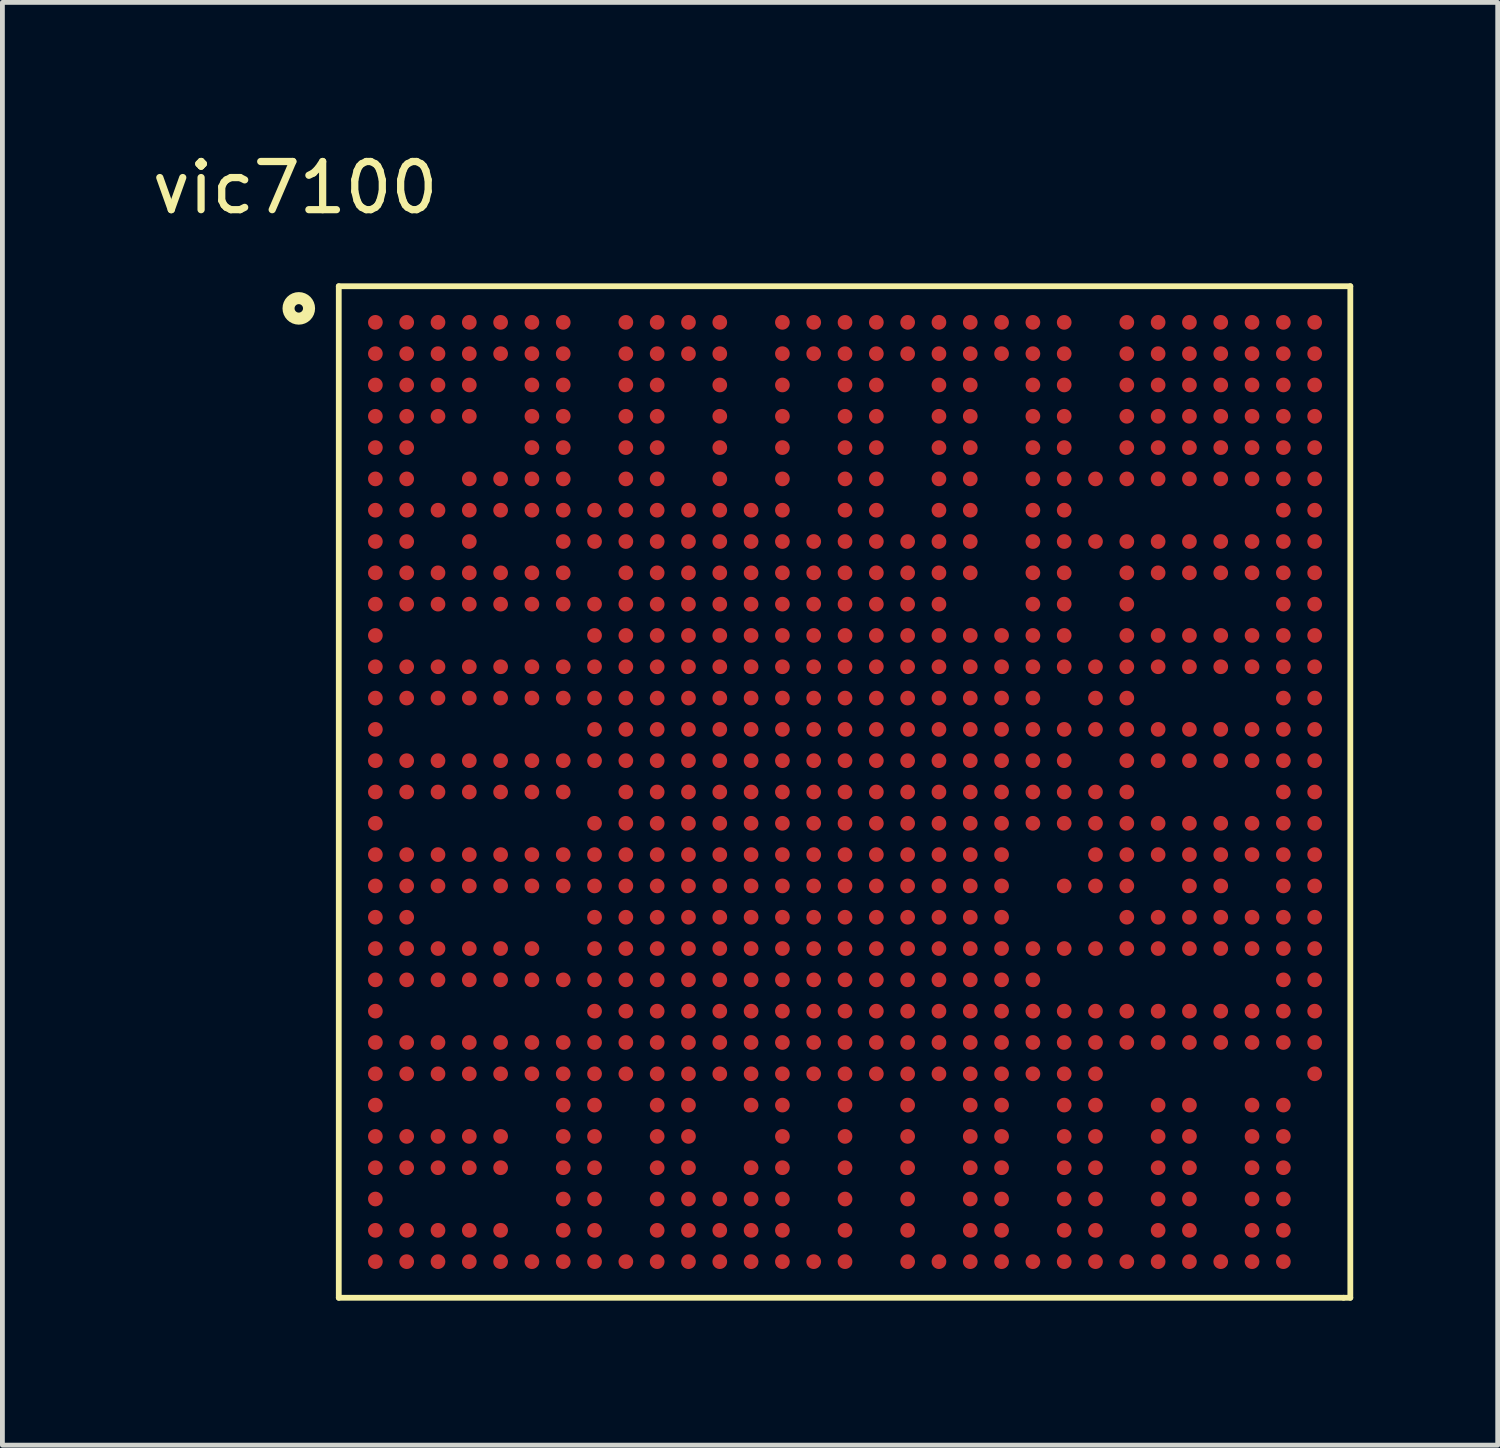
<source format=kicad_pcb>
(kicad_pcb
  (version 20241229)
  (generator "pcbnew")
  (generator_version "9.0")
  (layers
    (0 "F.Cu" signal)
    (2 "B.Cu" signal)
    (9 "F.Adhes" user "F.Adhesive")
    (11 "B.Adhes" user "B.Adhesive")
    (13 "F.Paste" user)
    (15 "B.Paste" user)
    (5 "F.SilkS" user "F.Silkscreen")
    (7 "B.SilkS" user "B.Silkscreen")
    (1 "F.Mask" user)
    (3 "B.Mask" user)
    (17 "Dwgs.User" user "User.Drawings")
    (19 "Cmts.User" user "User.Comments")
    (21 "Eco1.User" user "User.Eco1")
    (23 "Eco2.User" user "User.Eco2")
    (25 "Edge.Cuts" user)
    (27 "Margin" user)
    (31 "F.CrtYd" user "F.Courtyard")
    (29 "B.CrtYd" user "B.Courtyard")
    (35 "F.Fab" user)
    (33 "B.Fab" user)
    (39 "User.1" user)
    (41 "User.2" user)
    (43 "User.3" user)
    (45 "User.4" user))
  (footprint "vic7100"
    (layer "F.Cu")
    (at 4.093 3.642)
    (property "Reference" "vic7100" (at -1.016 -2.794 0) (layer "F.SilkS") (effects (font (size 1 1) (thickness 0.15))))
    (attr through_hole)
    (fp_line (start -0.11 -0.75) (end -0.11 20.25) (stroke (width 0.12) (type solid)) (layer "F.SilkS"))
    (fp_line (start -0.11 -0.75) (end 20.89 -0.75) (stroke (width 0.12) (type solid)) (layer "F.SilkS"))
    (fp_line (start -0.11 20.25) (end 20.75 20.25) (stroke (width 0.12) (type solid)) (layer "F.SilkS"))
    (fp_line (start 20.89 -0.75) (end 20.89 20.25) (stroke (width 0.12) (type solid)) (layer "F.SilkS"))
    (fp_line (start 20.89 20.25) (end 20.75 20.25) (stroke (width 0.12) (type solid)) (layer "F.SilkS"))
    (fp_circle (center -0.94 -0.29) (end -0.727 -0.29) (stroke (width 0.25) (type solid)) (fill no) (layer "F.SilkS"))
    (pad "A1" smd circle (at 0.65 0) (size 0.305 0.305) (layers "F.Cu" "F.Mask" "F.Paste"))
    (pad "A2" smd circle (at 1.3 0) (size 0.305 0.305) (layers "F.Cu" "F.Mask" "F.Paste"))
    (pad "A3" smd circle (at 1.95 0) (size 0.305 0.305) (layers "F.Cu" "F.Mask" "F.Paste"))
    (pad "A4" smd circle (at 2.6 0) (size 0.305 0.305) (layers "F.Cu" "F.Mask" "F.Paste"))
    (pad "A5" smd circle (at 3.25 0) (size 0.305 0.305) (layers "F.Cu" "F.Mask" "F.Paste"))
    (pad "A6" smd circle (at 3.9 0) (size 0.305 0.305) (layers "F.Cu" "F.Mask" "F.Paste"))
    (pad "A7" smd circle (at 4.55 0) (size 0.305 0.305) (layers "F.Cu" "F.Mask" "F.Paste"))
    (pad "A9" smd circle (at 5.85 0) (size 0.305 0.305) (layers "F.Cu" "F.Mask" "F.Paste"))
    (pad "A10" smd circle (at 6.5 0) (size 0.305 0.305) (layers "F.Cu" "F.Mask" "F.Paste"))
    (pad "A11" smd circle (at 7.15 0) (size 0.305 0.305) (layers "F.Cu" "F.Mask" "F.Paste"))
    (pad "A12" smd circle (at 7.8 0) (size 0.305 0.305) (layers "F.Cu" "F.Mask" "F.Paste"))
    (pad "A14" smd circle (at 9.1 0) (size 0.305 0.305) (layers "F.Cu" "F.Mask" "F.Paste"))
    (pad "A15" smd circle (at 9.75 0) (size 0.305 0.305) (layers "F.Cu" "F.Mask" "F.Paste"))
    (pad "A16" smd circle (at 10.4 0) (size 0.305 0.305) (layers "F.Cu" "F.Mask" "F.Paste"))
    (pad "A17" smd circle (at 11.05 0) (size 0.305 0.305) (layers "F.Cu" "F.Mask" "F.Paste"))
    (pad "A18" smd circle (at 11.7 0) (size 0.305 0.305) (layers "F.Cu" "F.Mask" "F.Paste"))
    (pad "A19" smd circle (at 12.35 0) (size 0.305 0.305) (layers "F.Cu" "F.Mask" "F.Paste"))
    (pad "A20" smd circle (at 13 0) (size 0.305 0.305) (layers "F.Cu" "F.Mask" "F.Paste"))
    (pad "A21" smd circle (at 13.65 0) (size 0.305 0.305) (layers "F.Cu" "F.Mask" "F.Paste"))
    (pad "A22" smd circle (at 14.3 0) (size 0.305 0.305) (layers "F.Cu" "F.Mask" "F.Paste"))
    (pad "A23" smd circle (at 14.95 0) (size 0.305 0.305) (layers "F.Cu" "F.Mask" "F.Paste"))
    (pad "A25" smd circle (at 16.25 0) (size 0.305 0.305) (layers "F.Cu" "F.Mask" "F.Paste"))
    (pad "A26" smd circle (at 16.9 0) (size 0.305 0.305) (layers "F.Cu" "F.Mask" "F.Paste"))
    (pad "A27" smd circle (at 17.55 0) (size 0.305 0.305) (layers "F.Cu" "F.Mask" "F.Paste"))
    (pad "A28" smd circle (at 18.2 0) (size 0.305 0.305) (layers "F.Cu" "F.Mask" "F.Paste"))
    (pad "A29" smd circle (at 18.85 0) (size 0.305 0.305) (layers "F.Cu" "F.Mask" "F.Paste"))
    (pad "A30" smd circle (at 19.5 0) (size 0.305 0.305) (layers "F.Cu" "F.Mask" "F.Paste"))
    (pad "A31" smd circle (at 20.15 0) (size 0.305 0.305) (layers "F.Cu" "F.Mask" "F.Paste"))
    (pad "AA1" smd circle (at 0.65 13) (size 0.305 0.305) (layers "F.Cu" "F.Mask" "F.Paste"))
    (pad "AA2" smd circle (at 1.3 13) (size 0.305 0.305) (layers "F.Cu" "F.Mask" "F.Paste"))
    (pad "AA3" smd circle (at 1.95 13) (size 0.305 0.305) (layers "F.Cu" "F.Mask" "F.Paste"))
    (pad "AA4" smd circle (at 2.6 13) (size 0.305 0.305) (layers "F.Cu" "F.Mask" "F.Paste"))
    (pad "AA5" smd circle (at 3.25 13) (size 0.305 0.305) (layers "F.Cu" "F.Mask" "F.Paste"))
    (pad "AA6" smd circle (at 3.9 13) (size 0.305 0.305) (layers "F.Cu" "F.Mask" "F.Paste"))
    (pad "AA8" smd circle (at 5.2 13) (size 0.305 0.305) (layers "F.Cu" "F.Mask" "F.Paste"))
    (pad "AA9" smd circle (at 5.85 13) (size 0.305 0.305) (layers "F.Cu" "F.Mask" "F.Paste"))
    (pad "AA10" smd circle (at 6.5 13) (size 0.305 0.305) (layers "F.Cu" "F.Mask" "F.Paste"))
    (pad "AA11" smd circle (at 7.15 13) (size 0.305 0.305) (layers "F.Cu" "F.Mask" "F.Paste"))
    (pad "AA12" smd circle (at 7.8 13) (size 0.305 0.305) (layers "F.Cu" "F.Mask" "F.Paste"))
    (pad "AA13" smd circle (at 8.45 13) (size 0.305 0.305) (layers "F.Cu" "F.Mask" "F.Paste"))
    (pad "AA14" smd circle (at 9.1 13) (size 0.305 0.305) (layers "F.Cu" "F.Mask" "F.Paste"))
    (pad "AA15" smd circle (at 9.75 13) (size 0.305 0.305) (layers "F.Cu" "F.Mask" "F.Paste"))
    (pad "AA16" smd circle (at 10.4 13) (size 0.305 0.305) (layers "F.Cu" "F.Mask" "F.Paste"))
    (pad "AA17" smd circle (at 11.05 13) (size 0.305 0.305) (layers "F.Cu" "F.Mask" "F.Paste"))
    (pad "AA18" smd circle (at 11.7 13) (size 0.305 0.305) (layers "F.Cu" "F.Mask" "F.Paste"))
    (pad "AA19" smd circle (at 12.35 13) (size 0.305 0.305) (layers "F.Cu" "F.Mask" "F.Paste"))
    (pad "AA20" smd circle (at 13 13) (size 0.305 0.305) (layers "F.Cu" "F.Mask" "F.Paste"))
    (pad "AA21" smd circle (at 13.65 13) (size 0.305 0.305) (layers "F.Cu" "F.Mask" "F.Paste"))
    (pad "AA22" smd circle (at 14.3 13) (size 0.305 0.305) (layers "F.Cu" "F.Mask" "F.Paste"))
    (pad "AA23" smd circle (at 14.95 13) (size 0.305 0.305) (layers "F.Cu" "F.Mask" "F.Paste"))
    (pad "AA24" smd circle (at 15.6 13) (size 0.305 0.305) (layers "F.Cu" "F.Mask" "F.Paste"))
    (pad "AA25" smd circle (at 16.25 13) (size 0.305 0.305) (layers "F.Cu" "F.Mask" "F.Paste"))
    (pad "AA26" smd circle (at 16.9 13) (size 0.305 0.305) (layers "F.Cu" "F.Mask" "F.Paste"))
    (pad "AA27" smd circle (at 17.55 13) (size 0.305 0.305) (layers "F.Cu" "F.Mask" "F.Paste"))
    (pad "AA28" smd circle (at 18.2 13) (size 0.305 0.305) (layers "F.Cu" "F.Mask" "F.Paste"))
    (pad "AA29" smd circle (at 18.85 13) (size 0.305 0.305) (layers "F.Cu" "F.Mask" "F.Paste"))
    (pad "AA30" smd circle (at 19.5 13) (size 0.305 0.305) (layers "F.Cu" "F.Mask" "F.Paste"))
    (pad "AA31" smd circle (at 20.15 13) (size 0.305 0.305) (layers "F.Cu" "F.Mask" "F.Paste"))
    (pad "AB1" smd circle (at 0.65 13.65) (size 0.305 0.305) (layers "F.Cu" "F.Mask" "F.Paste"))
    (pad "AB2" smd circle (at 1.3 13.65) (size 0.305 0.305) (layers "F.Cu" "F.Mask" "F.Paste"))
    (pad "AB3" smd circle (at 1.95 13.65) (size 0.305 0.305) (layers "F.Cu" "F.Mask" "F.Paste"))
    (pad "AB4" smd circle (at 2.6 13.65) (size 0.305 0.305) (layers "F.Cu" "F.Mask" "F.Paste"))
    (pad "AB5" smd circle (at 3.25 13.65) (size 0.305 0.305) (layers "F.Cu" "F.Mask" "F.Paste"))
    (pad "AB6" smd circle (at 3.9 13.65) (size 0.305 0.305) (layers "F.Cu" "F.Mask" "F.Paste"))
    (pad "AB7" smd circle (at 4.55 13.65) (size 0.305 0.305) (layers "F.Cu" "F.Mask" "F.Paste"))
    (pad "AB8" smd circle (at 5.2 13.65) (size 0.305 0.305) (layers "F.Cu" "F.Mask" "F.Paste"))
    (pad "AB9" smd circle (at 5.85 13.65) (size 0.305 0.305) (layers "F.Cu" "F.Mask" "F.Paste"))
    (pad "AB10" smd circle (at 6.5 13.65) (size 0.305 0.305) (layers "F.Cu" "F.Mask" "F.Paste"))
    (pad "AB11" smd circle (at 7.15 13.65) (size 0.305 0.305) (layers "F.Cu" "F.Mask" "F.Paste"))
    (pad "AB12" smd circle (at 7.8 13.65) (size 0.305 0.305) (layers "F.Cu" "F.Mask" "F.Paste"))
    (pad "AB13" smd circle (at 8.45 13.65) (size 0.305 0.305) (layers "F.Cu" "F.Mask" "F.Paste"))
    (pad "AB14" smd circle (at 9.1 13.65) (size 0.305 0.305) (layers "F.Cu" "F.Mask" "F.Paste"))
    (pad "AB15" smd circle (at 9.75 13.65) (size 0.305 0.305) (layers "F.Cu" "F.Mask" "F.Paste"))
    (pad "AB16" smd circle (at 10.4 13.65) (size 0.305 0.305) (layers "F.Cu" "F.Mask" "F.Paste"))
    (pad "AB17" smd circle (at 11.05 13.65) (size 0.305 0.305) (layers "F.Cu" "F.Mask" "F.Paste"))
    (pad "AB18" smd circle (at 11.7 13.65) (size 0.305 0.305) (layers "F.Cu" "F.Mask" "F.Paste"))
    (pad "AB19" smd circle (at 12.35 13.65) (size 0.305 0.305) (layers "F.Cu" "F.Mask" "F.Paste"))
    (pad "AB20" smd circle (at 13 13.65) (size 0.305 0.305) (layers "F.Cu" "F.Mask" "F.Paste"))
    (pad "AB21" smd circle (at 13.65 13.65) (size 0.305 0.305) (layers "F.Cu" "F.Mask" "F.Paste"))
    (pad "AB22" smd circle (at 14.3 13.65) (size 0.305 0.305) (layers "F.Cu" "F.Mask" "F.Paste"))
    (pad "AB30" smd circle (at 19.5 13.65) (size 0.305 0.305) (layers "F.Cu" "F.Mask" "F.Paste"))
    (pad "AB31" smd circle (at 20.15 13.65) (size 0.305 0.305) (layers "F.Cu" "F.Mask" "F.Paste"))
    (pad "AC1" smd circle (at 0.65 14.3) (size 0.305 0.305) (layers "F.Cu" "F.Mask" "F.Paste"))
    (pad "AC8" smd circle (at 5.2 14.3) (size 0.305 0.305) (layers "F.Cu" "F.Mask" "F.Paste"))
    (pad "AC9" smd circle (at 5.85 14.3) (size 0.305 0.305) (layers "F.Cu" "F.Mask" "F.Paste"))
    (pad "AC10" smd circle (at 6.5 14.3) (size 0.305 0.305) (layers "F.Cu" "F.Mask" "F.Paste"))
    (pad "AC11" smd circle (at 7.15 14.3) (size 0.305 0.305) (layers "F.Cu" "F.Mask" "F.Paste"))
    (pad "AC12" smd circle (at 7.8 14.3) (size 0.305 0.305) (layers "F.Cu" "F.Mask" "F.Paste"))
    (pad "AC13" smd circle (at 8.45 14.3) (size 0.305 0.305) (layers "F.Cu" "F.Mask" "F.Paste"))
    (pad "AC14" smd circle (at 9.1 14.3) (size 0.305 0.305) (layers "F.Cu" "F.Mask" "F.Paste"))
    (pad "AC15" smd circle (at 9.75 14.3) (size 0.305 0.305) (layers "F.Cu" "F.Mask" "F.Paste"))
    (pad "AC16" smd circle (at 10.4 14.3) (size 0.305 0.305) (layers "F.Cu" "F.Mask" "F.Paste"))
    (pad "AC17" smd circle (at 11.05 14.3) (size 0.305 0.305) (layers "F.Cu" "F.Mask" "F.Paste"))
    (pad "AC18" smd circle (at 11.7 14.3) (size 0.305 0.305) (layers "F.Cu" "F.Mask" "F.Paste"))
    (pad "AC19" smd circle (at 12.35 14.3) (size 0.305 0.305) (layers "F.Cu" "F.Mask" "F.Paste"))
    (pad "AC20" smd circle (at 13 14.3) (size 0.305 0.305) (layers "F.Cu" "F.Mask" "F.Paste"))
    (pad "AC21" smd circle (at 13.65 14.3) (size 0.305 0.305) (layers "F.Cu" "F.Mask" "F.Paste"))
    (pad "AC22" smd circle (at 14.3 14.3) (size 0.305 0.305) (layers "F.Cu" "F.Mask" "F.Paste"))
    (pad "AC23" smd circle (at 14.95 14.3) (size 0.305 0.305) (layers "F.Cu" "F.Mask" "F.Paste"))
    (pad "AC24" smd circle (at 15.6 14.3) (size 0.305 0.305) (layers "F.Cu" "F.Mask" "F.Paste"))
    (pad "AC25" smd circle (at 16.25 14.3) (size 0.305 0.305) (layers "F.Cu" "F.Mask" "F.Paste"))
    (pad "AC26" smd circle (at 16.9 14.3) (size 0.305 0.305) (layers "F.Cu" "F.Mask" "F.Paste"))
    (pad "AC27" smd circle (at 17.55 14.3) (size 0.305 0.305) (layers "F.Cu" "F.Mask" "F.Paste"))
    (pad "AC28" smd circle (at 18.2 14.3) (size 0.305 0.305) (layers "F.Cu" "F.Mask" "F.Paste"))
    (pad "AC29" smd circle (at 18.85 14.3) (size 0.305 0.305) (layers "F.Cu" "F.Mask" "F.Paste"))
    (pad "AC30" smd circle (at 19.5 14.3) (size 0.305 0.305) (layers "F.Cu" "F.Mask" "F.Paste"))
    (pad "AC31" smd circle (at 20.15 14.3) (size 0.305 0.305) (layers "F.Cu" "F.Mask" "F.Paste"))
    (pad "AD1" smd circle (at 0.65 14.95) (size 0.305 0.305) (layers "F.Cu" "F.Mask" "F.Paste"))
    (pad "AD2" smd circle (at 1.3 14.95) (size 0.305 0.305) (layers "F.Cu" "F.Mask" "F.Paste"))
    (pad "AD3" smd circle (at 1.95 14.95) (size 0.305 0.305) (layers "F.Cu" "F.Mask" "F.Paste"))
    (pad "AD4" smd circle (at 2.6 14.95) (size 0.305 0.305) (layers "F.Cu" "F.Mask" "F.Paste"))
    (pad "AD5" smd circle (at 3.25 14.95) (size 0.305 0.305) (layers "F.Cu" "F.Mask" "F.Paste"))
    (pad "AD6" smd circle (at 3.9 14.95) (size 0.305 0.305) (layers "F.Cu" "F.Mask" "F.Paste"))
    (pad "AD7" smd circle (at 4.55 14.95) (size 0.305 0.305) (layers "F.Cu" "F.Mask" "F.Paste"))
    (pad "AD8" smd circle (at 5.2 14.95) (size 0.305 0.305) (layers "F.Cu" "F.Mask" "F.Paste"))
    (pad "AD9" smd circle (at 5.85 14.95) (size 0.305 0.305) (layers "F.Cu" "F.Mask" "F.Paste"))
    (pad "AD10" smd circle (at 6.5 14.95) (size 0.305 0.305) (layers "F.Cu" "F.Mask" "F.Paste"))
    (pad "AD11" smd circle (at 7.15 14.95) (size 0.305 0.305) (layers "F.Cu" "F.Mask" "F.Paste"))
    (pad "AD12" smd circle (at 7.8 14.95) (size 0.305 0.305) (layers "F.Cu" "F.Mask" "F.Paste"))
    (pad "AD13" smd circle (at 8.45 14.95) (size 0.305 0.305) (layers "F.Cu" "F.Mask" "F.Paste"))
    (pad "AD14" smd circle (at 9.1 14.95) (size 0.305 0.305) (layers "F.Cu" "F.Mask" "F.Paste"))
    (pad "AD15" smd circle (at 9.75 14.95) (size 0.305 0.305) (layers "F.Cu" "F.Mask" "F.Paste"))
    (pad "AD16" smd circle (at 10.4 14.95) (size 0.305 0.305) (layers "F.Cu" "F.Mask" "F.Paste"))
    (pad "AD17" smd circle (at 11.05 14.95) (size 0.305 0.305) (layers "F.Cu" "F.Mask" "F.Paste"))
    (pad "AD18" smd circle (at 11.7 14.95) (size 0.305 0.305) (layers "F.Cu" "F.Mask" "F.Paste"))
    (pad "AD19" smd circle (at 12.35 14.95) (size 0.305 0.305) (layers "F.Cu" "F.Mask" "F.Paste"))
    (pad "AD20" smd circle (at 13 14.95) (size 0.305 0.305) (layers "F.Cu" "F.Mask" "F.Paste"))
    (pad "AD21" smd circle (at 13.65 14.95) (size 0.305 0.305) (layers "F.Cu" "F.Mask" "F.Paste"))
    (pad "AD22" smd circle (at 14.3 14.95) (size 0.305 0.305) (layers "F.Cu" "F.Mask" "F.Paste"))
    (pad "AD23" smd circle (at 14.95 14.95) (size 0.305 0.305) (layers "F.Cu" "F.Mask" "F.Paste"))
    (pad "AD24" smd circle (at 15.6 14.95) (size 0.305 0.305) (layers "F.Cu" "F.Mask" "F.Paste"))
    (pad "AD25" smd circle (at 16.25 14.95) (size 0.305 0.305) (layers "F.Cu" "F.Mask" "F.Paste"))
    (pad "AD26" smd circle (at 16.9 14.95) (size 0.305 0.305) (layers "F.Cu" "F.Mask" "F.Paste"))
    (pad "AD27" smd circle (at 17.55 14.95) (size 0.305 0.305) (layers "F.Cu" "F.Mask" "F.Paste"))
    (pad "AD28" smd circle (at 18.2 14.95) (size 0.305 0.305) (layers "F.Cu" "F.Mask" "F.Paste"))
    (pad "AD29" smd circle (at 18.85 14.95) (size 0.305 0.305) (layers "F.Cu" "F.Mask" "F.Paste"))
    (pad "AD30" smd circle (at 19.5 14.95) (size 0.305 0.305) (layers "F.Cu" "F.Mask" "F.Paste"))
    (pad "AD31" smd circle (at 20.15 14.95) (size 0.305 0.305) (layers "F.Cu" "F.Mask" "F.Paste"))
    (pad "AE1" smd circle (at 0.65 15.6) (size 0.305 0.305) (layers "F.Cu" "F.Mask" "F.Paste"))
    (pad "AE2" smd circle (at 1.3 15.6) (size 0.305 0.305) (layers "F.Cu" "F.Mask" "F.Paste"))
    (pad "AE3" smd circle (at 1.95 15.6) (size 0.305 0.305) (layers "F.Cu" "F.Mask" "F.Paste"))
    (pad "AE4" smd circle (at 2.6 15.6) (size 0.305 0.305) (layers "F.Cu" "F.Mask" "F.Paste"))
    (pad "AE5" smd circle (at 3.25 15.6) (size 0.305 0.305) (layers "F.Cu" "F.Mask" "F.Paste"))
    (pad "AE6" smd circle (at 3.9 15.6) (size 0.305 0.305) (layers "F.Cu" "F.Mask" "F.Paste"))
    (pad "AE7" smd circle (at 4.55 15.6) (size 0.305 0.305) (layers "F.Cu" "F.Mask" "F.Paste"))
    (pad "AE8" smd circle (at 5.2 15.6) (size 0.305 0.305) (layers "F.Cu" "F.Mask" "F.Paste"))
    (pad "AE9" smd circle (at 5.85 15.6) (size 0.305 0.305) (layers "F.Cu" "F.Mask" "F.Paste"))
    (pad "AE10" smd circle (at 6.5 15.6) (size 0.305 0.305) (layers "F.Cu" "F.Mask" "F.Paste"))
    (pad "AE11" smd circle (at 7.15 15.6) (size 0.305 0.305) (layers "F.Cu" "F.Mask" "F.Paste"))
    (pad "AE12" smd circle (at 7.8 15.6) (size 0.305 0.305) (layers "F.Cu" "F.Mask" "F.Paste"))
    (pad "AE13" smd circle (at 8.45 15.6) (size 0.305 0.305) (layers "F.Cu" "F.Mask" "F.Paste"))
    (pad "AE14" smd circle (at 9.1 15.6) (size 0.305 0.305) (layers "F.Cu" "F.Mask" "F.Paste"))
    (pad "AE15" smd circle (at 9.75 15.6) (size 0.305 0.305) (layers "F.Cu" "F.Mask" "F.Paste"))
    (pad "AE16" smd circle (at 10.4 15.6) (size 0.305 0.305) (layers "F.Cu" "F.Mask" "F.Paste"))
    (pad "AE17" smd circle (at 11.05 15.6) (size 0.305 0.305) (layers "F.Cu" "F.Mask" "F.Paste"))
    (pad "AE18" smd circle (at 11.7 15.6) (size 0.305 0.305) (layers "F.Cu" "F.Mask" "F.Paste"))
    (pad "AE19" smd circle (at 12.35 15.6) (size 0.305 0.305) (layers "F.Cu" "F.Mask" "F.Paste"))
    (pad "AE20" smd circle (at 13 15.6) (size 0.305 0.305) (layers "F.Cu" "F.Mask" "F.Paste"))
    (pad "AE21" smd circle (at 13.65 15.6) (size 0.305 0.305) (layers "F.Cu" "F.Mask" "F.Paste"))
    (pad "AE22" smd circle (at 14.3 15.6) (size 0.305 0.305) (layers "F.Cu" "F.Mask" "F.Paste"))
    (pad "AE23" smd circle (at 14.95 15.6) (size 0.305 0.305) (layers "F.Cu" "F.Mask" "F.Paste"))
    (pad "AE24" smd circle (at 15.6 15.6) (size 0.305 0.305) (layers "F.Cu" "F.Mask" "F.Paste"))
    (pad "AE31" smd circle (at 20.15 15.6) (size 0.305 0.305) (layers "F.Cu" "F.Mask" "F.Paste"))
    (pad "AF1" smd circle (at 0.65 16.25) (size 0.305 0.305) (layers "F.Cu" "F.Mask" "F.Paste"))
    (pad "AF7" smd circle (at 4.55 16.25) (size 0.305 0.305) (layers "F.Cu" "F.Mask" "F.Paste"))
    (pad "AF8" smd circle (at 5.2 16.25) (size 0.305 0.305) (layers "F.Cu" "F.Mask" "F.Paste"))
    (pad "AF10" smd circle (at 6.5 16.25) (size 0.305 0.305) (layers "F.Cu" "F.Mask" "F.Paste"))
    (pad "AF11" smd circle (at 7.15 16.25) (size 0.305 0.305) (layers "F.Cu" "F.Mask" "F.Paste"))
    (pad "AF13" smd circle (at 8.45 16.25) (size 0.305 0.305) (layers "F.Cu" "F.Mask" "F.Paste"))
    (pad "AF14" smd circle (at 9.1 16.25) (size 0.305 0.305) (layers "F.Cu" "F.Mask" "F.Paste"))
    (pad "AF16" smd circle (at 10.4 16.25) (size 0.305 0.305) (layers "F.Cu" "F.Mask" "F.Paste"))
    (pad "AF18" smd circle (at 11.7 16.25) (size 0.305 0.305) (layers "F.Cu" "F.Mask" "F.Paste"))
    (pad "AF20" smd circle (at 13 16.25) (size 0.305 0.305) (layers "F.Cu" "F.Mask" "F.Paste"))
    (pad "AF21" smd circle (at 13.65 16.25) (size 0.305 0.305) (layers "F.Cu" "F.Mask" "F.Paste"))
    (pad "AF23" smd circle (at 14.95 16.25) (size 0.305 0.305) (layers "F.Cu" "F.Mask" "F.Paste"))
    (pad "AF24" smd circle (at 15.6 16.25) (size 0.305 0.305) (layers "F.Cu" "F.Mask" "F.Paste"))
    (pad "AF26" smd circle (at 16.9 16.25) (size 0.305 0.305) (layers "F.Cu" "F.Mask" "F.Paste"))
    (pad "AF27" smd circle (at 17.55 16.25) (size 0.305 0.305) (layers "F.Cu" "F.Mask" "F.Paste"))
    (pad "AF29" smd circle (at 18.85 16.25) (size 0.305 0.305) (layers "F.Cu" "F.Mask" "F.Paste"))
    (pad "AF30" smd circle (at 19.5 16.25) (size 0.305 0.305) (layers "F.Cu" "F.Mask" "F.Paste"))
    (pad "AG1" smd circle (at 0.65 16.9) (size 0.305 0.305) (layers "F.Cu" "F.Mask" "F.Paste"))
    (pad "AG2" smd circle (at 1.3 16.9) (size 0.305 0.305) (layers "F.Cu" "F.Mask" "F.Paste"))
    (pad "AG3" smd circle (at 1.95 16.9) (size 0.305 0.305) (layers "F.Cu" "F.Mask" "F.Paste"))
    (pad "AG4" smd circle (at 2.6 16.9) (size 0.305 0.305) (layers "F.Cu" "F.Mask" "F.Paste"))
    (pad "AG5" smd circle (at 3.25 16.9) (size 0.305 0.305) (layers "F.Cu" "F.Mask" "F.Paste"))
    (pad "AG7" smd circle (at 4.55 16.9) (size 0.305 0.305) (layers "F.Cu" "F.Mask" "F.Paste"))
    (pad "AG8" smd circle (at 5.2 16.9) (size 0.305 0.305) (layers "F.Cu" "F.Mask" "F.Paste"))
    (pad "AG10" smd circle (at 6.5 16.9) (size 0.305 0.305) (layers "F.Cu" "F.Mask" "F.Paste"))
    (pad "AG11" smd circle (at 7.15 16.9) (size 0.305 0.305) (layers "F.Cu" "F.Mask" "F.Paste"))
    (pad "AG14" smd circle (at 9.1 16.9) (size 0.305 0.305) (layers "F.Cu" "F.Mask" "F.Paste"))
    (pad "AG16" smd circle (at 10.4 16.9) (size 0.305 0.305) (layers "F.Cu" "F.Mask" "F.Paste"))
    (pad "AG18" smd circle (at 11.7 16.9) (size 0.305 0.305) (layers "F.Cu" "F.Mask" "F.Paste"))
    (pad "AG20" smd circle (at 13 16.9) (size 0.305 0.305) (layers "F.Cu" "F.Mask" "F.Paste"))
    (pad "AG21" smd circle (at 13.65 16.9) (size 0.305 0.305) (layers "F.Cu" "F.Mask" "F.Paste"))
    (pad "AG23" smd circle (at 14.95 16.9) (size 0.305 0.305) (layers "F.Cu" "F.Mask" "F.Paste"))
    (pad "AG24" smd circle (at 15.6 16.9) (size 0.305 0.305) (layers "F.Cu" "F.Mask" "F.Paste"))
    (pad "AG26" smd circle (at 16.9 16.9) (size 0.305 0.305) (layers "F.Cu" "F.Mask" "F.Paste"))
    (pad "AG27" smd circle (at 17.55 16.9) (size 0.305 0.305) (layers "F.Cu" "F.Mask" "F.Paste"))
    (pad "AG29" smd circle (at 18.85 16.9) (size 0.305 0.305) (layers "F.Cu" "F.Mask" "F.Paste"))
    (pad "AG30" smd circle (at 19.5 16.9) (size 0.305 0.305) (layers "F.Cu" "F.Mask" "F.Paste"))
    (pad "AH1" smd circle (at 0.65 17.55) (size 0.305 0.305) (layers "F.Cu" "F.Mask" "F.Paste"))
    (pad "AH2" smd circle (at 1.3 17.55) (size 0.305 0.305) (layers "F.Cu" "F.Mask" "F.Paste"))
    (pad "AH3" smd circle (at 1.95 17.55) (size 0.305 0.305) (layers "F.Cu" "F.Mask" "F.Paste"))
    (pad "AH4" smd circle (at 2.6 17.55) (size 0.305 0.305) (layers "F.Cu" "F.Mask" "F.Paste"))
    (pad "AH5" smd circle (at 3.25 17.55) (size 0.305 0.305) (layers "F.Cu" "F.Mask" "F.Paste"))
    (pad "AH7" smd circle (at 4.55 17.55) (size 0.305 0.305) (layers "F.Cu" "F.Mask" "F.Paste"))
    (pad "AH8" smd circle (at 5.2 17.55) (size 0.305 0.305) (layers "F.Cu" "F.Mask" "F.Paste"))
    (pad "AH10" smd circle (at 6.5 17.55) (size 0.305 0.305) (layers "F.Cu" "F.Mask" "F.Paste"))
    (pad "AH11" smd circle (at 7.15 17.55) (size 0.305 0.305) (layers "F.Cu" "F.Mask" "F.Paste"))
    (pad "AH13" smd circle (at 8.45 17.55) (size 0.305 0.305) (layers "F.Cu" "F.Mask" "F.Paste"))
    (pad "AH14" smd circle (at 9.1 17.55) (size 0.305 0.305) (layers "F.Cu" "F.Mask" "F.Paste"))
    (pad "AH16" smd circle (at 10.4 17.55) (size 0.305 0.305) (layers "F.Cu" "F.Mask" "F.Paste"))
    (pad "AH18" smd circle (at 11.7 17.55) (size 0.305 0.305) (layers "F.Cu" "F.Mask" "F.Paste"))
    (pad "AH20" smd circle (at 13 17.55) (size 0.305 0.305) (layers "F.Cu" "F.Mask" "F.Paste"))
    (pad "AH21" smd circle (at 13.65 17.55) (size 0.305 0.305) (layers "F.Cu" "F.Mask" "F.Paste"))
    (pad "AH23" smd circle (at 14.95 17.55) (size 0.305 0.305) (layers "F.Cu" "F.Mask" "F.Paste"))
    (pad "AH24" smd circle (at 15.6 17.55) (size 0.305 0.305) (layers "F.Cu" "F.Mask" "F.Paste"))
    (pad "AH26" smd circle (at 16.9 17.55) (size 0.305 0.305) (layers "F.Cu" "F.Mask" "F.Paste"))
    (pad "AH27" smd circle (at 17.55 17.55) (size 0.305 0.305) (layers "F.Cu" "F.Mask" "F.Paste"))
    (pad "AH29" smd circle (at 18.85 17.55) (size 0.305 0.305) (layers "F.Cu" "F.Mask" "F.Paste"))
    (pad "AH30" smd circle (at 19.5 17.55) (size 0.305 0.305) (layers "F.Cu" "F.Mask" "F.Paste"))
    (pad "AJ1" smd circle (at 0.65 18.2) (size 0.305 0.305) (layers "F.Cu" "F.Mask" "F.Paste"))
    (pad "AJ7" smd circle (at 4.55 18.2) (size 0.305 0.305) (layers "F.Cu" "F.Mask" "F.Paste"))
    (pad "AJ8" smd circle (at 5.2 18.2) (size 0.305 0.305) (layers "F.Cu" "F.Mask" "F.Paste"))
    (pad "AJ10" smd circle (at 6.5 18.2) (size 0.305 0.305) (layers "F.Cu" "F.Mask" "F.Paste"))
    (pad "AJ11" smd circle (at 7.15 18.2) (size 0.305 0.305) (layers "F.Cu" "F.Mask" "F.Paste"))
    (pad "AJ12" smd circle (at 7.8 18.2) (size 0.305 0.305) (layers "F.Cu" "F.Mask" "F.Paste"))
    (pad "AJ13" smd circle (at 8.45 18.2) (size 0.305 0.305) (layers "F.Cu" "F.Mask" "F.Paste"))
    (pad "AJ14" smd circle (at 9.1 18.2) (size 0.305 0.305) (layers "F.Cu" "F.Mask" "F.Paste"))
    (pad "AJ16" smd circle (at 10.4 18.2) (size 0.305 0.305) (layers "F.Cu" "F.Mask" "F.Paste"))
    (pad "AJ18" smd circle (at 11.7 18.2) (size 0.305 0.305) (layers "F.Cu" "F.Mask" "F.Paste"))
    (pad "AJ20" smd circle (at 13 18.2) (size 0.305 0.305) (layers "F.Cu" "F.Mask" "F.Paste"))
    (pad "AJ21" smd circle (at 13.65 18.2) (size 0.305 0.305) (layers "F.Cu" "F.Mask" "F.Paste"))
    (pad "AJ23" smd circle (at 14.95 18.2) (size 0.305 0.305) (layers "F.Cu" "F.Mask" "F.Paste"))
    (pad "AJ24" smd circle (at 15.6 18.2) (size 0.305 0.305) (layers "F.Cu" "F.Mask" "F.Paste"))
    (pad "AJ26" smd circle (at 16.9 18.2) (size 0.305 0.305) (layers "F.Cu" "F.Mask" "F.Paste"))
    (pad "AJ27" smd circle (at 17.55 18.2) (size 0.305 0.305) (layers "F.Cu" "F.Mask" "F.Paste"))
    (pad "AJ29" smd circle (at 18.85 18.2) (size 0.305 0.305) (layers "F.Cu" "F.Mask" "F.Paste"))
    (pad "AJ30" smd circle (at 19.5 18.2) (size 0.305 0.305) (layers "F.Cu" "F.Mask" "F.Paste"))
    (pad "AK1" smd circle (at 0.65 18.85) (size 0.305 0.305) (layers "F.Cu" "F.Mask" "F.Paste"))
    (pad "AK2" smd circle (at 1.3 18.85) (size 0.305 0.305) (layers "F.Cu" "F.Mask" "F.Paste"))
    (pad "AK3" smd circle (at 1.95 18.85) (size 0.305 0.305) (layers "F.Cu" "F.Mask" "F.Paste"))
    (pad "AK4" smd circle (at 2.6 18.85) (size 0.305 0.305) (layers "F.Cu" "F.Mask" "F.Paste"))
    (pad "AK5" smd circle (at 3.25 18.85) (size 0.305 0.305) (layers "F.Cu" "F.Mask" "F.Paste"))
    (pad "AK7" smd circle (at 4.55 18.85) (size 0.305 0.305) (layers "F.Cu" "F.Mask" "F.Paste"))
    (pad "AK8" smd circle (at 5.2 18.85) (size 0.305 0.305) (layers "F.Cu" "F.Mask" "F.Paste"))
    (pad "AK10" smd circle (at 6.5 18.85) (size 0.305 0.305) (layers "F.Cu" "F.Mask" "F.Paste"))
    (pad "AK11" smd circle (at 7.15 18.85) (size 0.305 0.305) (layers "F.Cu" "F.Mask" "F.Paste"))
    (pad "AK12" smd circle (at 7.8 18.85) (size 0.305 0.305) (layers "F.Cu" "F.Mask" "F.Paste"))
    (pad "AK13" smd circle (at 8.45 18.85) (size 0.305 0.305) (layers "F.Cu" "F.Mask" "F.Paste"))
    (pad "AK14" smd circle (at 9.1 18.85) (size 0.305 0.305) (layers "F.Cu" "F.Mask" "F.Paste"))
    (pad "AK16" smd circle (at 10.4 18.85) (size 0.305 0.305) (layers "F.Cu" "F.Mask" "F.Paste"))
    (pad "AK18" smd circle (at 11.7 18.85) (size 0.305 0.305) (layers "F.Cu" "F.Mask" "F.Paste"))
    (pad "AK20" smd circle (at 13 18.85) (size 0.305 0.305) (layers "F.Cu" "F.Mask" "F.Paste"))
    (pad "AK21" smd circle (at 13.65 18.85) (size 0.305 0.305) (layers "F.Cu" "F.Mask" "F.Paste"))
    (pad "AK23" smd circle (at 14.95 18.85) (size 0.305 0.305) (layers "F.Cu" "F.Mask" "F.Paste"))
    (pad "AK24" smd circle (at 15.6 18.85) (size 0.305 0.305) (layers "F.Cu" "F.Mask" "F.Paste"))
    (pad "AK26" smd circle (at 16.9 18.85) (size 0.305 0.305) (layers "F.Cu" "F.Mask" "F.Paste"))
    (pad "AK27" smd circle (at 17.55 18.85) (size 0.305 0.305) (layers "F.Cu" "F.Mask" "F.Paste"))
    (pad "AK29" smd circle (at 18.85 18.85) (size 0.305 0.305) (layers "F.Cu" "F.Mask" "F.Paste"))
    (pad "AK30" smd circle (at 19.5 18.85) (size 0.305 0.305) (layers "F.Cu" "F.Mask" "F.Paste"))
    (pad "AL1" smd circle (at 0.65 19.5) (size 0.305 0.305) (layers "F.Cu" "F.Mask" "F.Paste"))
    (pad "AL2" smd circle (at 1.3 19.5) (size 0.305 0.305) (layers "F.Cu" "F.Mask" "F.Paste"))
    (pad "AL3" smd circle (at 1.95 19.5) (size 0.305 0.305) (layers "F.Cu" "F.Mask" "F.Paste"))
    (pad "AL4" smd circle (at 2.6 19.5) (size 0.305 0.305) (layers "F.Cu" "F.Mask" "F.Paste"))
    (pad "AL5" smd circle (at 3.25 19.5) (size 0.305 0.305) (layers "F.Cu" "F.Mask" "F.Paste"))
    (pad "AL6" smd circle (at 3.9 19.5) (size 0.305 0.305) (layers "F.Cu" "F.Mask" "F.Paste"))
    (pad "AL7" smd circle (at 4.55 19.5) (size 0.305 0.305) (layers "F.Cu" "F.Mask" "F.Paste"))
    (pad "AL8" smd circle (at 5.2 19.5) (size 0.305 0.305) (layers "F.Cu" "F.Mask" "F.Paste"))
    (pad "AL9" smd circle (at 5.85 19.5) (size 0.305 0.305) (layers "F.Cu" "F.Mask" "F.Paste"))
    (pad "AL10" smd circle (at 6.5 19.5) (size 0.305 0.305) (layers "F.Cu" "F.Mask" "F.Paste"))
    (pad "AL11" smd circle (at 7.15 19.5) (size 0.305 0.305) (layers "F.Cu" "F.Mask" "F.Paste"))
    (pad "AL12" smd circle (at 7.8 19.5) (size 0.305 0.305) (layers "F.Cu" "F.Mask" "F.Paste"))
    (pad "AL13" smd circle (at 8.45 19.5) (size 0.305 0.305) (layers "F.Cu" "F.Mask" "F.Paste"))
    (pad "AL14" smd circle (at 9.1 19.5) (size 0.305 0.305) (layers "F.Cu" "F.Mask" "F.Paste"))
    (pad "AL15" smd circle (at 9.75 19.5) (size 0.305 0.305) (layers "F.Cu" "F.Mask" "F.Paste"))
    (pad "AL16" smd circle (at 10.4 19.5) (size 0.305 0.305) (layers "F.Cu" "F.Mask" "F.Paste"))
    (pad "AL18" smd circle (at 11.7 19.5) (size 0.305 0.305) (layers "F.Cu" "F.Mask" "F.Paste"))
    (pad "AL19" smd circle (at 12.35 19.5) (size 0.305 0.305) (layers "F.Cu" "F.Mask" "F.Paste"))
    (pad "AL20" smd circle (at 13 19.5) (size 0.305 0.305) (layers "F.Cu" "F.Mask" "F.Paste"))
    (pad "AL21" smd circle (at 13.65 19.5) (size 0.305 0.305) (layers "F.Cu" "F.Mask" "F.Paste"))
    (pad "AL22" smd circle (at 14.3 19.5) (size 0.305 0.305) (layers "F.Cu" "F.Mask" "F.Paste"))
    (pad "AL23" smd circle (at 14.95 19.5) (size 0.305 0.305) (layers "F.Cu" "F.Mask" "F.Paste"))
    (pad "AL24" smd circle (at 15.6 19.5) (size 0.305 0.305) (layers "F.Cu" "F.Mask" "F.Paste"))
    (pad "AL25" smd circle (at 16.25 19.5) (size 0.305 0.305) (layers "F.Cu" "F.Mask" "F.Paste"))
    (pad "AL26" smd circle (at 16.9 19.5) (size 0.305 0.305) (layers "F.Cu" "F.Mask" "F.Paste"))
    (pad "AL27" smd circle (at 17.55 19.5) (size 0.305 0.305) (layers "F.Cu" "F.Mask" "F.Paste"))
    (pad "AL28" smd circle (at 18.2 19.5) (size 0.305 0.305) (layers "F.Cu" "F.Mask" "F.Paste"))
    (pad "AL29" smd circle (at 18.85 19.5) (size 0.305 0.305) (layers "F.Cu" "F.Mask" "F.Paste"))
    (pad "AL30" smd circle (at 19.5 19.5) (size 0.305 0.305) (layers "F.Cu" "F.Mask" "F.Paste"))
    (pad "B1" smd circle (at 0.65 0.65) (size 0.305 0.305) (layers "F.Cu" "F.Mask" "F.Paste"))
    (pad "B2" smd circle (at 1.3 0.65) (size 0.305 0.305) (layers "F.Cu" "F.Mask" "F.Paste"))
    (pad "B3" smd circle (at 1.95 0.65) (size 0.305 0.305) (layers "F.Cu" "F.Mask" "F.Paste"))
    (pad "B4" smd circle (at 2.6 0.65) (size 0.305 0.305) (layers "F.Cu" "F.Mask" "F.Paste"))
    (pad "B5" smd circle (at 3.25 0.65) (size 0.305 0.305) (layers "F.Cu" "F.Mask" "F.Paste"))
    (pad "B6" smd circle (at 3.9 0.65) (size 0.305 0.305) (layers "F.Cu" "F.Mask" "F.Paste"))
    (pad "B7" smd circle (at 4.55 0.65) (size 0.305 0.305) (layers "F.Cu" "F.Mask" "F.Paste"))
    (pad "B9" smd circle (at 5.85 0.65) (size 0.305 0.305) (layers "F.Cu" "F.Mask" "F.Paste"))
    (pad "B10" smd circle (at 6.5 0.65) (size 0.305 0.305) (layers "F.Cu" "F.Mask" "F.Paste"))
    (pad "B11" smd circle (at 7.15 0.65) (size 0.305 0.305) (layers "F.Cu" "F.Mask" "F.Paste"))
    (pad "B12" smd circle (at 7.8 0.65) (size 0.305 0.305) (layers "F.Cu" "F.Mask" "F.Paste"))
    (pad "B14" smd circle (at 9.1 0.65) (size 0.305 0.305) (layers "F.Cu" "F.Mask" "F.Paste"))
    (pad "B15" smd circle (at 9.75 0.65) (size 0.305 0.305) (layers "F.Cu" "F.Mask" "F.Paste"))
    (pad "B16" smd circle (at 10.4 0.65) (size 0.305 0.305) (layers "F.Cu" "F.Mask" "F.Paste"))
    (pad "B17" smd circle (at 11.05 0.65) (size 0.305 0.305) (layers "F.Cu" "F.Mask" "F.Paste"))
    (pad "B18" smd circle (at 11.7 0.65) (size 0.305 0.305) (layers "F.Cu" "F.Mask" "F.Paste"))
    (pad "B19" smd circle (at 12.35 0.65) (size 0.305 0.305) (layers "F.Cu" "F.Mask" "F.Paste"))
    (pad "B20" smd circle (at 13 0.65) (size 0.305 0.305) (layers "F.Cu" "F.Mask" "F.Paste"))
    (pad "B21" smd circle (at 13.65 0.65) (size 0.305 0.305) (layers "F.Cu" "F.Mask" "F.Paste"))
    (pad "B22" smd circle (at 14.3 0.65) (size 0.305 0.305) (layers "F.Cu" "F.Mask" "F.Paste"))
    (pad "B23" smd circle (at 14.95 0.65) (size 0.305 0.305) (layers "F.Cu" "F.Mask" "F.Paste"))
    (pad "B25" smd circle (at 16.25 0.65) (size 0.305 0.305) (layers "F.Cu" "F.Mask" "F.Paste"))
    (pad "B26" smd circle (at 16.9 0.65) (size 0.305 0.305) (layers "F.Cu" "F.Mask" "F.Paste"))
    (pad "B27" smd circle (at 17.55 0.65) (size 0.305 0.305) (layers "F.Cu" "F.Mask" "F.Paste"))
    (pad "B28" smd circle (at 18.2 0.65) (size 0.305 0.305) (layers "F.Cu" "F.Mask" "F.Paste"))
    (pad "B29" smd circle (at 18.85 0.65) (size 0.305 0.305) (layers "F.Cu" "F.Mask" "F.Paste"))
    (pad "B30" smd circle (at 19.5 0.65) (size 0.305 0.305) (layers "F.Cu" "F.Mask" "F.Paste"))
    (pad "B31" smd circle (at 20.15 0.65) (size 0.305 0.305) (layers "F.Cu" "F.Mask" "F.Paste"))
    (pad "C1" smd circle (at 0.65 1.3) (size 0.305 0.305) (layers "F.Cu" "F.Mask" "F.Paste"))
    (pad "C2" smd circle (at 1.3 1.3) (size 0.305 0.305) (layers "F.Cu" "F.Mask" "F.Paste"))
    (pad "C3" smd circle (at 1.95 1.3) (size 0.305 0.305) (layers "F.Cu" "F.Mask" "F.Paste"))
    (pad "C4" smd circle (at 2.6 1.3) (size 0.305 0.305) (layers "F.Cu" "F.Mask" "F.Paste"))
    (pad "C6" smd circle (at 3.9 1.3) (size 0.305 0.305) (layers "F.Cu" "F.Mask" "F.Paste"))
    (pad "C7" smd circle (at 4.55 1.3) (size 0.305 0.305) (layers "F.Cu" "F.Mask" "F.Paste"))
    (pad "C9" smd circle (at 5.85 1.3) (size 0.305 0.305) (layers "F.Cu" "F.Mask" "F.Paste"))
    (pad "C10" smd circle (at 6.5 1.3) (size 0.305 0.305) (layers "F.Cu" "F.Mask" "F.Paste"))
    (pad "C12" smd circle (at 7.8 1.3) (size 0.305 0.305) (layers "F.Cu" "F.Mask" "F.Paste"))
    (pad "C14" smd circle (at 9.1 1.3) (size 0.305 0.305) (layers "F.Cu" "F.Mask" "F.Paste"))
    (pad "C16" smd circle (at 10.4 1.3) (size 0.305 0.305) (layers "F.Cu" "F.Mask" "F.Paste"))
    (pad "C17" smd circle (at 11.05 1.3) (size 0.305 0.305) (layers "F.Cu" "F.Mask" "F.Paste"))
    (pad "C19" smd circle (at 12.35 1.3) (size 0.305 0.305) (layers "F.Cu" "F.Mask" "F.Paste"))
    (pad "C20" smd circle (at 13 1.3) (size 0.305 0.305) (layers "F.Cu" "F.Mask" "F.Paste"))
    (pad "C22" smd circle (at 14.3 1.3) (size 0.305 0.305) (layers "F.Cu" "F.Mask" "F.Paste"))
    (pad "C23" smd circle (at 14.95 1.3) (size 0.305 0.305) (layers "F.Cu" "F.Mask" "F.Paste"))
    (pad "C25" smd circle (at 16.25 1.3) (size 0.305 0.305) (layers "F.Cu" "F.Mask" "F.Paste"))
    (pad "C26" smd circle (at 16.9 1.3) (size 0.305 0.305) (layers "F.Cu" "F.Mask" "F.Paste"))
    (pad "C27" smd circle (at 17.55 1.3) (size 0.305 0.305) (layers "F.Cu" "F.Mask" "F.Paste"))
    (pad "C28" smd circle (at 18.2 1.3) (size 0.305 0.305) (layers "F.Cu" "F.Mask" "F.Paste"))
    (pad "C29" smd circle (at 18.85 1.3) (size 0.305 0.305) (layers "F.Cu" "F.Mask" "F.Paste"))
    (pad "C30" smd circle (at 19.5 1.3) (size 0.305 0.305) (layers "F.Cu" "F.Mask" "F.Paste"))
    (pad "C31" smd circle (at 20.15 1.3) (size 0.305 0.305) (layers "F.Cu" "F.Mask" "F.Paste"))
    (pad "D1" smd circle (at 0.65 1.95) (size 0.305 0.305) (layers "F.Cu" "F.Mask" "F.Paste"))
    (pad "D2" smd circle (at 1.3 1.95) (size 0.305 0.305) (layers "F.Cu" "F.Mask" "F.Paste"))
    (pad "D3" smd circle (at 1.95 1.95) (size 0.305 0.305) (layers "F.Cu" "F.Mask" "F.Paste"))
    (pad "D4" smd circle (at 2.6 1.95) (size 0.305 0.305) (layers "F.Cu" "F.Mask" "F.Paste"))
    (pad "D6" smd circle (at 3.9 1.95) (size 0.305 0.305) (layers "F.Cu" "F.Mask" "F.Paste"))
    (pad "D7" smd circle (at 4.55 1.95) (size 0.305 0.305) (layers "F.Cu" "F.Mask" "F.Paste"))
    (pad "D9" smd circle (at 5.85 1.95) (size 0.305 0.305) (layers "F.Cu" "F.Mask" "F.Paste"))
    (pad "D10" smd circle (at 6.5 1.95) (size 0.305 0.305) (layers "F.Cu" "F.Mask" "F.Paste"))
    (pad "D12" smd circle (at 7.8 1.95) (size 0.305 0.305) (layers "F.Cu" "F.Mask" "F.Paste"))
    (pad "D14" smd circle (at 9.1 1.95) (size 0.305 0.305) (layers "F.Cu" "F.Mask" "F.Paste"))
    (pad "D16" smd circle (at 10.4 1.95) (size 0.305 0.305) (layers "F.Cu" "F.Mask" "F.Paste"))
    (pad "D17" smd circle (at 11.05 1.95) (size 0.305 0.305) (layers "F.Cu" "F.Mask" "F.Paste"))
    (pad "D19" smd circle (at 12.35 1.95) (size 0.305 0.305) (layers "F.Cu" "F.Mask" "F.Paste"))
    (pad "D20" smd circle (at 13 1.95) (size 0.305 0.305) (layers "F.Cu" "F.Mask" "F.Paste"))
    (pad "D22" smd circle (at 14.3 1.95) (size 0.305 0.305) (layers "F.Cu" "F.Mask" "F.Paste"))
    (pad "D23" smd circle (at 14.95 1.95) (size 0.305 0.305) (layers "F.Cu" "F.Mask" "F.Paste"))
    (pad "D25" smd circle (at 16.25 1.95) (size 0.305 0.305) (layers "F.Cu" "F.Mask" "F.Paste"))
    (pad "D26" smd circle (at 16.9 1.95) (size 0.305 0.305) (layers "F.Cu" "F.Mask" "F.Paste"))
    (pad "D27" smd circle (at 17.55 1.95) (size 0.305 0.305) (layers "F.Cu" "F.Mask" "F.Paste"))
    (pad "D28" smd circle (at 18.2 1.95) (size 0.305 0.305) (layers "F.Cu" "F.Mask" "F.Paste"))
    (pad "D29" smd circle (at 18.85 1.95) (size 0.305 0.305) (layers "F.Cu" "F.Mask" "F.Paste"))
    (pad "D30" smd circle (at 19.5 1.95) (size 0.305 0.305) (layers "F.Cu" "F.Mask" "F.Paste"))
    (pad "D31" smd circle (at 20.15 1.95) (size 0.305 0.305) (layers "F.Cu" "F.Mask" "F.Paste"))
    (pad "E1" smd circle (at 0.65 2.6) (size 0.305 0.305) (layers "F.Cu" "F.Mask" "F.Paste"))
    (pad "E2" smd circle (at 1.3 2.6) (size 0.305 0.305) (layers "F.Cu" "F.Mask" "F.Paste"))
    (pad "E6" smd circle (at 3.9 2.6) (size 0.305 0.305) (layers "F.Cu" "F.Mask" "F.Paste"))
    (pad "E7" smd circle (at 4.55 2.6) (size 0.305 0.305) (layers "F.Cu" "F.Mask" "F.Paste"))
    (pad "E9" smd circle (at 5.85 2.6) (size 0.305 0.305) (layers "F.Cu" "F.Mask" "F.Paste"))
    (pad "E10" smd circle (at 6.5 2.6) (size 0.305 0.305) (layers "F.Cu" "F.Mask" "F.Paste"))
    (pad "E12" smd circle (at 7.8 2.6) (size 0.305 0.305) (layers "F.Cu" "F.Mask" "F.Paste"))
    (pad "E14" smd circle (at 9.1 2.6) (size 0.305 0.305) (layers "F.Cu" "F.Mask" "F.Paste"))
    (pad "E16" smd circle (at 10.4 2.6) (size 0.305 0.305) (layers "F.Cu" "F.Mask" "F.Paste"))
    (pad "E17" smd circle (at 11.05 2.6) (size 0.305 0.305) (layers "F.Cu" "F.Mask" "F.Paste"))
    (pad "E19" smd circle (at 12.35 2.6) (size 0.305 0.305) (layers "F.Cu" "F.Mask" "F.Paste"))
    (pad "E20" smd circle (at 13 2.6) (size 0.305 0.305) (layers "F.Cu" "F.Mask" "F.Paste"))
    (pad "E22" smd circle (at 14.3 2.6) (size 0.305 0.305) (layers "F.Cu" "F.Mask" "F.Paste"))
    (pad "E23" smd circle (at 14.95 2.6) (size 0.305 0.305) (layers "F.Cu" "F.Mask" "F.Paste"))
    (pad "E25" smd circle (at 16.25 2.6) (size 0.305 0.305) (layers "F.Cu" "F.Mask" "F.Paste"))
    (pad "E26" smd circle (at 16.9 2.6) (size 0.305 0.305) (layers "F.Cu" "F.Mask" "F.Paste"))
    (pad "E27" smd circle (at 17.55 2.6) (size 0.305 0.305) (layers "F.Cu" "F.Mask" "F.Paste"))
    (pad "E28" smd circle (at 18.2 2.6) (size 0.305 0.305) (layers "F.Cu" "F.Mask" "F.Paste"))
    (pad "E29" smd circle (at 18.85 2.6) (size 0.305 0.305) (layers "F.Cu" "F.Mask" "F.Paste"))
    (pad "E30" smd circle (at 19.5 2.6) (size 0.305 0.305) (layers "F.Cu" "F.Mask" "F.Paste"))
    (pad "E31" smd circle (at 20.15 2.6) (size 0.305 0.305) (layers "F.Cu" "F.Mask" "F.Paste"))
    (pad "F1" smd circle (at 0.65 3.25) (size 0.305 0.305) (layers "F.Cu" "F.Mask" "F.Paste"))
    (pad "F2" smd circle (at 1.3 3.25) (size 0.305 0.305) (layers "F.Cu" "F.Mask" "F.Paste"))
    (pad "F4" smd circle (at 2.6 3.25) (size 0.305 0.305) (layers "F.Cu" "F.Mask" "F.Paste"))
    (pad "F5" smd circle (at 3.25 3.25) (size 0.305 0.305) (layers "F.Cu" "F.Mask" "F.Paste"))
    (pad "F6" smd circle (at 3.9 3.25) (size 0.305 0.305) (layers "F.Cu" "F.Mask" "F.Paste"))
    (pad "F7" smd circle (at 4.55 3.25) (size 0.305 0.305) (layers "F.Cu" "F.Mask" "F.Paste"))
    (pad "F9" smd circle (at 5.85 3.25) (size 0.305 0.305) (layers "F.Cu" "F.Mask" "F.Paste"))
    (pad "F10" smd circle (at 6.5 3.25) (size 0.305 0.305) (layers "F.Cu" "F.Mask" "F.Paste"))
    (pad "F12" smd circle (at 7.8 3.25) (size 0.305 0.305) (layers "F.Cu" "F.Mask" "F.Paste"))
    (pad "F14" smd circle (at 9.1 3.25) (size 0.305 0.305) (layers "F.Cu" "F.Mask" "F.Paste"))
    (pad "F16" smd circle (at 10.4 3.25) (size 0.305 0.305) (layers "F.Cu" "F.Mask" "F.Paste"))
    (pad "F17" smd circle (at 11.05 3.25) (size 0.305 0.305) (layers "F.Cu" "F.Mask" "F.Paste"))
    (pad "F19" smd circle (at 12.35 3.25) (size 0.305 0.305) (layers "F.Cu" "F.Mask" "F.Paste"))
    (pad "F20" smd circle (at 13 3.25) (size 0.305 0.305) (layers "F.Cu" "F.Mask" "F.Paste"))
    (pad "F22" smd circle (at 14.3 3.25) (size 0.305 0.305) (layers "F.Cu" "F.Mask" "F.Paste"))
    (pad "F23" smd circle (at 14.95 3.25) (size 0.305 0.305) (layers "F.Cu" "F.Mask" "F.Paste"))
    (pad "F24" smd circle (at 15.6 3.25) (size 0.305 0.305) (layers "F.Cu" "F.Mask" "F.Paste"))
    (pad "F25" smd circle (at 16.25 3.25) (size 0.305 0.305) (layers "F.Cu" "F.Mask" "F.Paste"))
    (pad "F26" smd circle (at 16.9 3.25) (size 0.305 0.305) (layers "F.Cu" "F.Mask" "F.Paste"))
    (pad "F27" smd circle (at 17.55 3.25) (size 0.305 0.305) (layers "F.Cu" "F.Mask" "F.Paste"))
    (pad "F28" smd circle (at 18.2 3.25) (size 0.305 0.305) (layers "F.Cu" "F.Mask" "F.Paste"))
    (pad "F29" smd circle (at 18.85 3.25) (size 0.305 0.305) (layers "F.Cu" "F.Mask" "F.Paste"))
    (pad "F30" smd circle (at 19.5 3.25) (size 0.305 0.305) (layers "F.Cu" "F.Mask" "F.Paste"))
    (pad "F31" smd circle (at 20.15 3.25) (size 0.305 0.305) (layers "F.Cu" "F.Mask" "F.Paste"))
    (pad "G1" smd circle (at 0.65 3.9) (size 0.305 0.305) (layers "F.Cu" "F.Mask" "F.Paste"))
    (pad "G2" smd circle (at 1.3 3.9) (size 0.305 0.305) (layers "F.Cu" "F.Mask" "F.Paste"))
    (pad "G3" smd circle (at 1.95 3.9) (size 0.305 0.305) (layers "F.Cu" "F.Mask" "F.Paste"))
    (pad "G4" smd circle (at 2.6 3.9) (size 0.305 0.305) (layers "F.Cu" "F.Mask" "F.Paste"))
    (pad "G5" smd circle (at 3.25 3.9) (size 0.305 0.305) (layers "F.Cu" "F.Mask" "F.Paste"))
    (pad "G6" smd circle (at 3.9 3.9) (size 0.305 0.305) (layers "F.Cu" "F.Mask" "F.Paste"))
    (pad "G7" smd circle (at 4.55 3.9) (size 0.305 0.305) (layers "F.Cu" "F.Mask" "F.Paste"))
    (pad "G8" smd circle (at 5.2 3.9) (size 0.305 0.305) (layers "F.Cu" "F.Mask" "F.Paste"))
    (pad "G9" smd circle (at 5.85 3.9) (size 0.305 0.305) (layers "F.Cu" "F.Mask" "F.Paste"))
    (pad "G10" smd circle (at 6.5 3.9) (size 0.305 0.305) (layers "F.Cu" "F.Mask" "F.Paste"))
    (pad "G11" smd circle (at 7.15 3.9) (size 0.305 0.305) (layers "F.Cu" "F.Mask" "F.Paste"))
    (pad "G12" smd circle (at 7.8 3.9) (size 0.305 0.305) (layers "F.Cu" "F.Mask" "F.Paste"))
    (pad "G13" smd circle (at 8.45 3.9) (size 0.305 0.305) (layers "F.Cu" "F.Mask" "F.Paste"))
    (pad "G14" smd circle (at 9.1 3.9) (size 0.305 0.305) (layers "F.Cu" "F.Mask" "F.Paste"))
    (pad "G16" smd circle (at 10.4 3.9) (size 0.305 0.305) (layers "F.Cu" "F.Mask" "F.Paste"))
    (pad "G17" smd circle (at 11.05 3.9) (size 0.305 0.305) (layers "F.Cu" "F.Mask" "F.Paste"))
    (pad "G19" smd circle (at 12.35 3.9) (size 0.305 0.305) (layers "F.Cu" "F.Mask" "F.Paste"))
    (pad "G20" smd circle (at 13 3.9) (size 0.305 0.305) (layers "F.Cu" "F.Mask" "F.Paste"))
    (pad "G22" smd circle (at 14.3 3.9) (size 0.305 0.305) (layers "F.Cu" "F.Mask" "F.Paste"))
    (pad "G23" smd circle (at 14.95 3.9) (size 0.305 0.305) (layers "F.Cu" "F.Mask" "F.Paste"))
    (pad "G30" smd circle (at 19.5 3.9) (size 0.305 0.305) (layers "F.Cu" "F.Mask" "F.Paste"))
    (pad "G31" smd circle (at 20.15 3.9) (size 0.305 0.305) (layers "F.Cu" "F.Mask" "F.Paste"))
    (pad "H1" smd circle (at 0.65 4.55) (size 0.305 0.305) (layers "F.Cu" "F.Mask" "F.Paste"))
    (pad "H2" smd circle (at 1.3 4.55) (size 0.305 0.305) (layers "F.Cu" "F.Mask" "F.Paste"))
    (pad "H4" smd circle (at 2.6 4.55) (size 0.305 0.305) (layers "F.Cu" "F.Mask" "F.Paste"))
    (pad "H7" smd circle (at 4.55 4.55) (size 0.305 0.305) (layers "F.Cu" "F.Mask" "F.Paste"))
    (pad "H8" smd circle (at 5.2 4.55) (size 0.305 0.305) (layers "F.Cu" "F.Mask" "F.Paste"))
    (pad "H9" smd circle (at 5.85 4.55) (size 0.305 0.305) (layers "F.Cu" "F.Mask" "F.Paste"))
    (pad "H10" smd circle (at 6.5 4.55) (size 0.305 0.305) (layers "F.Cu" "F.Mask" "F.Paste"))
    (pad "H11" smd circle (at 7.15 4.55) (size 0.305 0.305) (layers "F.Cu" "F.Mask" "F.Paste"))
    (pad "H12" smd circle (at 7.8 4.55) (size 0.305 0.305) (layers "F.Cu" "F.Mask" "F.Paste"))
    (pad "H13" smd circle (at 8.45 4.55) (size 0.305 0.305) (layers "F.Cu" "F.Mask" "F.Paste"))
    (pad "H14" smd circle (at 9.1 4.55) (size 0.305 0.305) (layers "F.Cu" "F.Mask" "F.Paste"))
    (pad "H15" smd circle (at 9.75 4.55) (size 0.305 0.305) (layers "F.Cu" "F.Mask" "F.Paste"))
    (pad "H16" smd circle (at 10.4 4.55) (size 0.305 0.305) (layers "F.Cu" "F.Mask" "F.Paste"))
    (pad "H17" smd circle (at 11.05 4.55) (size 0.305 0.305) (layers "F.Cu" "F.Mask" "F.Paste"))
    (pad "H18" smd circle (at 11.7 4.55) (size 0.305 0.305) (layers "F.Cu" "F.Mask" "F.Paste"))
    (pad "H19" smd circle (at 12.35 4.55) (size 0.305 0.305) (layers "F.Cu" "F.Mask" "F.Paste"))
    (pad "H20" smd circle (at 13 4.55) (size 0.305 0.305) (layers "F.Cu" "F.Mask" "F.Paste"))
    (pad "H22" smd circle (at 14.3 4.55) (size 0.305 0.305) (layers "F.Cu" "F.Mask" "F.Paste"))
    (pad "H23" smd circle (at 14.95 4.55) (size 0.305 0.305) (layers "F.Cu" "F.Mask" "F.Paste"))
    (pad "H24" smd circle (at 15.6 4.55) (size 0.305 0.305) (layers "F.Cu" "F.Mask" "F.Paste"))
    (pad "H25" smd circle (at 16.25 4.55) (size 0.305 0.305) (layers "F.Cu" "F.Mask" "F.Paste"))
    (pad "H26" smd circle (at 16.9 4.55) (size 0.305 0.305) (layers "F.Cu" "F.Mask" "F.Paste"))
    (pad "H27" smd circle (at 17.55 4.55) (size 0.305 0.305) (layers "F.Cu" "F.Mask" "F.Paste"))
    (pad "H28" smd circle (at 18.2 4.55) (size 0.305 0.305) (layers "F.Cu" "F.Mask" "F.Paste"))
    (pad "H29" smd circle (at 18.85 4.55) (size 0.305 0.305) (layers "F.Cu" "F.Mask" "F.Paste"))
    (pad "H30" smd circle (at 19.5 4.55) (size 0.305 0.305) (layers "F.Cu" "F.Mask" "F.Paste"))
    (pad "H31" smd circle (at 20.15 4.55) (size 0.305 0.305) (layers "F.Cu" "F.Mask" "F.Paste"))
    (pad "J1" smd circle (at 0.65 5.2) (size 0.305 0.305) (layers "F.Cu" "F.Mask" "F.Paste"))
    (pad "J2" smd circle (at 1.3 5.2) (size 0.305 0.305) (layers "F.Cu" "F.Mask" "F.Paste"))
    (pad "J3" smd circle (at 1.95 5.2) (size 0.305 0.305) (layers "F.Cu" "F.Mask" "F.Paste"))
    (pad "J4" smd circle (at 2.6 5.2) (size 0.305 0.305) (layers "F.Cu" "F.Mask" "F.Paste"))
    (pad "J5" smd circle (at 3.25 5.2) (size 0.305 0.305) (layers "F.Cu" "F.Mask" "F.Paste"))
    (pad "J6" smd circle (at 3.9 5.2) (size 0.305 0.305) (layers "F.Cu" "F.Mask" "F.Paste"))
    (pad "J7" smd circle (at 4.55 5.2) (size 0.305 0.305) (layers "F.Cu" "F.Mask" "F.Paste"))
    (pad "J9" smd circle (at 5.85 5.2) (size 0.305 0.305) (layers "F.Cu" "F.Mask" "F.Paste"))
    (pad "J10" smd circle (at 6.5 5.2) (size 0.305 0.305) (layers "F.Cu" "F.Mask" "F.Paste"))
    (pad "J11" smd circle (at 7.15 5.2) (size 0.305 0.305) (layers "F.Cu" "F.Mask" "F.Paste"))
    (pad "J12" smd circle (at 7.8 5.2) (size 0.305 0.305) (layers "F.Cu" "F.Mask" "F.Paste"))
    (pad "J13" smd circle (at 8.45 5.2) (size 0.305 0.305) (layers "F.Cu" "F.Mask" "F.Paste"))
    (pad "J14" smd circle (at 9.1 5.2) (size 0.305 0.305) (layers "F.Cu" "F.Mask" "F.Paste"))
    (pad "J15" smd circle (at 9.75 5.2) (size 0.305 0.305) (layers "F.Cu" "F.Mask" "F.Paste"))
    (pad "J16" smd circle (at 10.4 5.2) (size 0.305 0.305) (layers "F.Cu" "F.Mask" "F.Paste"))
    (pad "J17" smd circle (at 11.05 5.2) (size 0.305 0.305) (layers "F.Cu" "F.Mask" "F.Paste"))
    (pad "J18" smd circle (at 11.7 5.2) (size 0.305 0.305) (layers "F.Cu" "F.Mask" "F.Paste"))
    (pad "J19" smd circle (at 12.35 5.2) (size 0.305 0.305) (layers "F.Cu" "F.Mask" "F.Paste"))
    (pad "J20" smd circle (at 13 5.2) (size 0.305 0.305) (layers "F.Cu" "F.Mask" "F.Paste"))
    (pad "J22" smd circle (at 14.3 5.2) (size 0.305 0.305) (layers "F.Cu" "F.Mask" "F.Paste"))
    (pad "J23" smd circle (at 14.95 5.2) (size 0.305 0.305) (layers "F.Cu" "F.Mask" "F.Paste"))
    (pad "J25" smd circle (at 16.25 5.2) (size 0.305 0.305) (layers "F.Cu" "F.Mask" "F.Paste"))
    (pad "J26" smd circle (at 16.9 5.2) (size 0.305 0.305) (layers "F.Cu" "F.Mask" "F.Paste"))
    (pad "J27" smd circle (at 17.55 5.2) (size 0.305 0.305) (layers "F.Cu" "F.Mask" "F.Paste"))
    (pad "J28" smd circle (at 18.2 5.2) (size 0.305 0.305) (layers "F.Cu" "F.Mask" "F.Paste"))
    (pad "J29" smd circle (at 18.85 5.2) (size 0.305 0.305) (layers "F.Cu" "F.Mask" "F.Paste"))
    (pad "J30" smd circle (at 19.5 5.2) (size 0.305 0.305) (layers "F.Cu" "F.Mask" "F.Paste"))
    (pad "J31" smd circle (at 20.15 5.2) (size 0.305 0.305) (layers "F.Cu" "F.Mask" "F.Paste"))
    (pad "K1" smd circle (at 0.65 5.85) (size 0.305 0.305) (layers "F.Cu" "F.Mask" "F.Paste"))
    (pad "K2" smd circle (at 1.3 5.85) (size 0.305 0.305) (layers "F.Cu" "F.Mask" "F.Paste"))
    (pad "K3" smd circle (at 1.95 5.85) (size 0.305 0.305) (layers "F.Cu" "F.Mask" "F.Paste"))
    (pad "K4" smd circle (at 2.6 5.85) (size 0.305 0.305) (layers "F.Cu" "F.Mask" "F.Paste"))
    (pad "K5" smd circle (at 3.25 5.85) (size 0.305 0.305) (layers "F.Cu" "F.Mask" "F.Paste"))
    (pad "K6" smd circle (at 3.9 5.85) (size 0.305 0.305) (layers "F.Cu" "F.Mask" "F.Paste"))
    (pad "K7" smd circle (at 4.55 5.85) (size 0.305 0.305) (layers "F.Cu" "F.Mask" "F.Paste"))
    (pad "K8" smd circle (at 5.2 5.85) (size 0.305 0.305) (layers "F.Cu" "F.Mask" "F.Paste"))
    (pad "K9" smd circle (at 5.85 5.85) (size 0.305 0.305) (layers "F.Cu" "F.Mask" "F.Paste"))
    (pad "K10" smd circle (at 6.5 5.85) (size 0.305 0.305) (layers "F.Cu" "F.Mask" "F.Paste"))
    (pad "K11" smd circle (at 7.15 5.85) (size 0.305 0.305) (layers "F.Cu" "F.Mask" "F.Paste"))
    (pad "K12" smd circle (at 7.8 5.85) (size 0.305 0.305) (layers "F.Cu" "F.Mask" "F.Paste"))
    (pad "K13" smd circle (at 8.45 5.85) (size 0.305 0.305) (layers "F.Cu" "F.Mask" "F.Paste"))
    (pad "K14" smd circle (at 9.1 5.85) (size 0.305 0.305) (layers "F.Cu" "F.Mask" "F.Paste"))
    (pad "K15" smd circle (at 9.75 5.85) (size 0.305 0.305) (layers "F.Cu" "F.Mask" "F.Paste"))
    (pad "K16" smd circle (at 10.4 5.85) (size 0.305 0.305) (layers "F.Cu" "F.Mask" "F.Paste"))
    (pad "K17" smd circle (at 11.05 5.85) (size 0.305 0.305) (layers "F.Cu" "F.Mask" "F.Paste"))
    (pad "K18" smd circle (at 11.7 5.85) (size 0.305 0.305) (layers "F.Cu" "F.Mask" "F.Paste"))
    (pad "K19" smd circle (at 12.35 5.85) (size 0.305 0.305) (layers "F.Cu" "F.Mask" "F.Paste"))
    (pad "K22" smd circle (at 14.3 5.85) (size 0.305 0.305) (layers "F.Cu" "F.Mask" "F.Paste"))
    (pad "K23" smd circle (at 14.95 5.85) (size 0.305 0.305) (layers "F.Cu" "F.Mask" "F.Paste"))
    (pad "K25" smd circle (at 16.25 5.85) (size 0.305 0.305) (layers "F.Cu" "F.Mask" "F.Paste"))
    (pad "K30" smd circle (at 19.5 5.85) (size 0.305 0.305) (layers "F.Cu" "F.Mask" "F.Paste"))
    (pad "K31" smd circle (at 20.15 5.85) (size 0.305 0.305) (layers "F.Cu" "F.Mask" "F.Paste"))
    (pad "L1" smd circle (at 0.65 6.5) (size 0.305 0.305) (layers "F.Cu" "F.Mask" "F.Paste"))
    (pad "L8" smd circle (at 5.2 6.5) (size 0.305 0.305) (layers "F.Cu" "F.Mask" "F.Paste"))
    (pad "L9" smd circle (at 5.85 6.5) (size 0.305 0.305) (layers "F.Cu" "F.Mask" "F.Paste"))
    (pad "L10" smd circle (at 6.5 6.5) (size 0.305 0.305) (layers "F.Cu" "F.Mask" "F.Paste"))
    (pad "L11" smd circle (at 7.15 6.5) (size 0.305 0.305) (layers "F.Cu" "F.Mask" "F.Paste"))
    (pad "L12" smd circle (at 7.8 6.5) (size 0.305 0.305) (layers "F.Cu" "F.Mask" "F.Paste"))
    (pad "L13" smd circle (at 8.45 6.5) (size 0.305 0.305) (layers "F.Cu" "F.Mask" "F.Paste"))
    (pad "L14" smd circle (at 9.1 6.5) (size 0.305 0.305) (layers "F.Cu" "F.Mask" "F.Paste"))
    (pad "L15" smd circle (at 9.75 6.5) (size 0.305 0.305) (layers "F.Cu" "F.Mask" "F.Paste"))
    (pad "L16" smd circle (at 10.4 6.5) (size 0.305 0.305) (layers "F.Cu" "F.Mask" "F.Paste"))
    (pad "L17" smd circle (at 11.05 6.5) (size 0.305 0.305) (layers "F.Cu" "F.Mask" "F.Paste"))
    (pad "L18" smd circle (at 11.7 6.5) (size 0.305 0.305) (layers "F.Cu" "F.Mask" "F.Paste"))
    (pad "L19" smd circle (at 12.35 6.5) (size 0.305 0.305) (layers "F.Cu" "F.Mask" "F.Paste"))
    (pad "L20" smd circle (at 13 6.5) (size 0.305 0.305) (layers "F.Cu" "F.Mask" "F.Paste"))
    (pad "L21" smd circle (at 13.65 6.5) (size 0.305 0.305) (layers "F.Cu" "F.Mask" "F.Paste"))
    (pad "L22" smd circle (at 14.3 6.5) (size 0.305 0.305) (layers "F.Cu" "F.Mask" "F.Paste"))
    (pad "L23" smd circle (at 14.95 6.5) (size 0.305 0.305) (layers "F.Cu" "F.Mask" "F.Paste"))
    (pad "L25" smd circle (at 16.25 6.5) (size 0.305 0.305) (layers "F.Cu" "F.Mask" "F.Paste"))
    (pad "L26" smd circle (at 16.9 6.5) (size 0.305 0.305) (layers "F.Cu" "F.Mask" "F.Paste"))
    (pad "L27" smd circle (at 17.55 6.5) (size 0.305 0.305) (layers "F.Cu" "F.Mask" "F.Paste"))
    (pad "L28" smd circle (at 18.2 6.5) (size 0.305 0.305) (layers "F.Cu" "F.Mask" "F.Paste"))
    (pad "L29" smd circle (at 18.85 6.5) (size 0.305 0.305) (layers "F.Cu" "F.Mask" "F.Paste"))
    (pad "L30" smd circle (at 19.5 6.5) (size 0.305 0.305) (layers "F.Cu" "F.Mask" "F.Paste"))
    (pad "L31" smd circle (at 20.15 6.5) (size 0.305 0.305) (layers "F.Cu" "F.Mask" "F.Paste"))
    (pad "M1" smd circle (at 0.65 7.15) (size 0.305 0.305) (layers "F.Cu" "F.Mask" "F.Paste"))
    (pad "M2" smd circle (at 1.3 7.15) (size 0.305 0.305) (layers "F.Cu" "F.Mask" "F.Paste"))
    (pad "M3" smd circle (at 1.95 7.15) (size 0.305 0.305) (layers "F.Cu" "F.Mask" "F.Paste"))
    (pad "M4" smd circle (at 2.6 7.15) (size 0.305 0.305) (layers "F.Cu" "F.Mask" "F.Paste"))
    (pad "M5" smd circle (at 3.25 7.15) (size 0.305 0.305) (layers "F.Cu" "F.Mask" "F.Paste"))
    (pad "M6" smd circle (at 3.9 7.15) (size 0.305 0.305) (layers "F.Cu" "F.Mask" "F.Paste"))
    (pad "M7" smd circle (at 4.55 7.15) (size 0.305 0.305) (layers "F.Cu" "F.Mask" "F.Paste"))
    (pad "M8" smd circle (at 5.2 7.15) (size 0.305 0.305) (layers "F.Cu" "F.Mask" "F.Paste"))
    (pad "M9" smd circle (at 5.85 7.15) (size 0.305 0.305) (layers "F.Cu" "F.Mask" "F.Paste"))
    (pad "M10" smd circle (at 6.5 7.15) (size 0.305 0.305) (layers "F.Cu" "F.Mask" "F.Paste"))
    (pad "M11" smd circle (at 7.15 7.15) (size 0.305 0.305) (layers "F.Cu" "F.Mask" "F.Paste"))
    (pad "M12" smd circle (at 7.8 7.15) (size 0.305 0.305) (layers "F.Cu" "F.Mask" "F.Paste"))
    (pad "M13" smd circle (at 8.45 7.15) (size 0.305 0.305) (layers "F.Cu" "F.Mask" "F.Paste"))
    (pad "M14" smd circle (at 9.1 7.15) (size 0.305 0.305) (layers "F.Cu" "F.Mask" "F.Paste"))
    (pad "M15" smd circle (at 9.75 7.15) (size 0.305 0.305) (layers "F.Cu" "F.Mask" "F.Paste"))
    (pad "M16" smd circle (at 10.4 7.15) (size 0.305 0.305) (layers "F.Cu" "F.Mask" "F.Paste"))
    (pad "M17" smd circle (at 11.05 7.15) (size 0.305 0.305) (layers "F.Cu" "F.Mask" "F.Paste"))
    (pad "M18" smd circle (at 11.7 7.15) (size 0.305 0.305) (layers "F.Cu" "F.Mask" "F.Paste"))
    (pad "M19" smd circle (at 12.35 7.15) (size 0.305 0.305) (layers "F.Cu" "F.Mask" "F.Paste"))
    (pad "M20" smd circle (at 13 7.15) (size 0.305 0.305) (layers "F.Cu" "F.Mask" "F.Paste"))
    (pad "M21" smd circle (at 13.65 7.15) (size 0.305 0.305) (layers "F.Cu" "F.Mask" "F.Paste"))
    (pad "M22" smd circle (at 14.3 7.15) (size 0.305 0.305) (layers "F.Cu" "F.Mask" "F.Paste"))
    (pad "M23" smd circle (at 14.95 7.15) (size 0.305 0.305) (layers "F.Cu" "F.Mask" "F.Paste"))
    (pad "M24" smd circle (at 15.6 7.15) (size 0.305 0.305) (layers "F.Cu" "F.Mask" "F.Paste"))
    (pad "M25" smd circle (at 16.25 7.15) (size 0.305 0.305) (layers "F.Cu" "F.Mask" "F.Paste"))
    (pad "M26" smd circle (at 16.9 7.15) (size 0.305 0.305) (layers "F.Cu" "F.Mask" "F.Paste"))
    (pad "M27" smd circle (at 17.55 7.15) (size 0.305 0.305) (layers "F.Cu" "F.Mask" "F.Paste"))
    (pad "M28" smd circle (at 18.2 7.15) (size 0.305 0.305) (layers "F.Cu" "F.Mask" "F.Paste"))
    (pad "M29" smd circle (at 18.85 7.15) (size 0.305 0.305) (layers "F.Cu" "F.Mask" "F.Paste"))
    (pad "M30" smd circle (at 19.5 7.15) (size 0.305 0.305) (layers "F.Cu" "F.Mask" "F.Paste"))
    (pad "M31" smd circle (at 20.15 7.15) (size 0.305 0.305) (layers "F.Cu" "F.Mask" "F.Paste"))
    (pad "N1" smd circle (at 0.65 7.8) (size 0.305 0.305) (layers "F.Cu" "F.Mask" "F.Paste"))
    (pad "N2" smd circle (at 1.3 7.8) (size 0.305 0.305) (layers "F.Cu" "F.Mask" "F.Paste"))
    (pad "N3" smd circle (at 1.95 7.8) (size 0.305 0.305) (layers "F.Cu" "F.Mask" "F.Paste"))
    (pad "N4" smd circle (at 2.6 7.8) (size 0.305 0.305) (layers "F.Cu" "F.Mask" "F.Paste"))
    (pad "N5" smd circle (at 3.25 7.8) (size 0.305 0.305) (layers "F.Cu" "F.Mask" "F.Paste"))
    (pad "N6" smd circle (at 3.9 7.8) (size 0.305 0.305) (layers "F.Cu" "F.Mask" "F.Paste"))
    (pad "N7" smd circle (at 4.55 7.8) (size 0.305 0.305) (layers "F.Cu" "F.Mask" "F.Paste"))
    (pad "N8" smd circle (at 5.2 7.8) (size 0.305 0.305) (layers "F.Cu" "F.Mask" "F.Paste"))
    (pad "N9" smd circle (at 5.85 7.8) (size 0.305 0.305) (layers "F.Cu" "F.Mask" "F.Paste"))
    (pad "N10" smd circle (at 6.5 7.8) (size 0.305 0.305) (layers "F.Cu" "F.Mask" "F.Paste"))
    (pad "N11" smd circle (at 7.15 7.8) (size 0.305 0.305) (layers "F.Cu" "F.Mask" "F.Paste"))
    (pad "N12" smd circle (at 7.8 7.8) (size 0.305 0.305) (layers "F.Cu" "F.Mask" "F.Paste"))
    (pad "N13" smd circle (at 8.45 7.8) (size 0.305 0.305) (layers "F.Cu" "F.Mask" "F.Paste"))
    (pad "N14" smd circle (at 9.1 7.8) (size 0.305 0.305) (layers "F.Cu" "F.Mask" "F.Paste"))
    (pad "N15" smd circle (at 9.75 7.8) (size 0.305 0.305) (layers "F.Cu" "F.Mask" "F.Paste"))
    (pad "N16" smd circle (at 10.4 7.8) (size 0.305 0.305) (layers "F.Cu" "F.Mask" "F.Paste"))
    (pad "N17" smd circle (at 11.05 7.8) (size 0.305 0.305) (layers "F.Cu" "F.Mask" "F.Paste"))
    (pad "N18" smd circle (at 11.7 7.8) (size 0.305 0.305) (layers "F.Cu" "F.Mask" "F.Paste"))
    (pad "N19" smd circle (at 12.35 7.8) (size 0.305 0.305) (layers "F.Cu" "F.Mask" "F.Paste"))
    (pad "N20" smd circle (at 13 7.8) (size 0.305 0.305) (layers "F.Cu" "F.Mask" "F.Paste"))
    (pad "N21" smd circle (at 13.65 7.8) (size 0.305 0.305) (layers "F.Cu" "F.Mask" "F.Paste"))
    (pad "N22" smd circle (at 14.3 7.8) (size 0.305 0.305) (layers "F.Cu" "F.Mask" "F.Paste"))
    (pad "N24" smd circle (at 15.6 7.8) (size 0.305 0.305) (layers "F.Cu" "F.Mask" "F.Paste"))
    (pad "N25" smd circle (at 16.25 7.8) (size 0.305 0.305) (layers "F.Cu" "F.Mask" "F.Paste"))
    (pad "N30" smd circle (at 19.5 7.8) (size 0.305 0.305) (layers "F.Cu" "F.Mask" "F.Paste"))
    (pad "N31" smd circle (at 20.15 7.8) (size 0.305 0.305) (layers "F.Cu" "F.Mask" "F.Paste"))
    (pad "P1" smd circle (at 0.65 8.45) (size 0.305 0.305) (layers "F.Cu" "F.Mask" "F.Paste"))
    (pad "P8" smd circle (at 5.2 8.45) (size 0.305 0.305) (layers "F.Cu" "F.Mask" "F.Paste"))
    (pad "P9" smd circle (at 5.85 8.45) (size 0.305 0.305) (layers "F.Cu" "F.Mask" "F.Paste"))
    (pad "P10" smd circle (at 6.5 8.45) (size 0.305 0.305) (layers "F.Cu" "F.Mask" "F.Paste"))
    (pad "P11" smd circle (at 7.15 8.45) (size 0.305 0.305) (layers "F.Cu" "F.Mask" "F.Paste"))
    (pad "P12" smd circle (at 7.8 8.45) (size 0.305 0.305) (layers "F.Cu" "F.Mask" "F.Paste"))
    (pad "P13" smd circle (at 8.45 8.45) (size 0.305 0.305) (layers "F.Cu" "F.Mask" "F.Paste"))
    (pad "P14" smd circle (at 9.1 8.45) (size 0.305 0.305) (layers "F.Cu" "F.Mask" "F.Paste"))
    (pad "P15" smd circle (at 9.75 8.45) (size 0.305 0.305) (layers "F.Cu" "F.Mask" "F.Paste"))
    (pad "P16" smd circle (at 10.4 8.45) (size 0.305 0.305) (layers "F.Cu" "F.Mask" "F.Paste"))
    (pad "P17" smd circle (at 11.05 8.45) (size 0.305 0.305) (layers "F.Cu" "F.Mask" "F.Paste"))
    (pad "P18" smd circle (at 11.7 8.45) (size 0.305 0.305) (layers "F.Cu" "F.Mask" "F.Paste"))
    (pad "P19" smd circle (at 12.35 8.45) (size 0.305 0.305) (layers "F.Cu" "F.Mask" "F.Paste"))
    (pad "P20" smd circle (at 13 8.45) (size 0.305 0.305) (layers "F.Cu" "F.Mask" "F.Paste"))
    (pad "P21" smd circle (at 13.65 8.45) (size 0.305 0.305) (layers "F.Cu" "F.Mask" "F.Paste"))
    (pad "P22" smd circle (at 14.3 8.45) (size 0.305 0.305) (layers "F.Cu" "F.Mask" "F.Paste"))
    (pad "P23" smd circle (at 14.95 8.45) (size 0.305 0.305) (layers "F.Cu" "F.Mask" "F.Paste"))
    (pad "P24" smd circle (at 15.6 8.45) (size 0.305 0.305) (layers "F.Cu" "F.Mask" "F.Paste"))
    (pad "P25" smd circle (at 16.25 8.45) (size 0.305 0.305) (layers "F.Cu" "F.Mask" "F.Paste"))
    (pad "P26" smd circle (at 16.9 8.45) (size 0.305 0.305) (layers "F.Cu" "F.Mask" "F.Paste"))
    (pad "P27" smd circle (at 17.55 8.45) (size 0.305 0.305) (layers "F.Cu" "F.Mask" "F.Paste"))
    (pad "P28" smd circle (at 18.2 8.45) (size 0.305 0.305) (layers "F.Cu" "F.Mask" "F.Paste"))
    (pad "P29" smd circle (at 18.85 8.45) (size 0.305 0.305) (layers "F.Cu" "F.Mask" "F.Paste"))
    (pad "P30" smd circle (at 19.5 8.45) (size 0.305 0.305) (layers "F.Cu" "F.Mask" "F.Paste"))
    (pad "P31" smd circle (at 20.15 8.45) (size 0.305 0.305) (layers "F.Cu" "F.Mask" "F.Paste"))
    (pad "R1" smd circle (at 0.65 9.1) (size 0.305 0.305) (layers "F.Cu" "F.Mask" "F.Paste"))
    (pad "R2" smd circle (at 1.3 9.1) (size 0.305 0.305) (layers "F.Cu" "F.Mask" "F.Paste"))
    (pad "R3" smd circle (at 1.95 9.1) (size 0.305 0.305) (layers "F.Cu" "F.Mask" "F.Paste"))
    (pad "R4" smd circle (at 2.6 9.1) (size 0.305 0.305) (layers "F.Cu" "F.Mask" "F.Paste"))
    (pad "R5" smd circle (at 3.25 9.1) (size 0.305 0.305) (layers "F.Cu" "F.Mask" "F.Paste"))
    (pad "R6" smd circle (at 3.9 9.1) (size 0.305 0.305) (layers "F.Cu" "F.Mask" "F.Paste"))
    (pad "R7" smd circle (at 4.55 9.1) (size 0.305 0.305) (layers "F.Cu" "F.Mask" "F.Paste"))
    (pad "R8" smd circle (at 5.2 9.1) (size 0.305 0.305) (layers "F.Cu" "F.Mask" "F.Paste"))
    (pad "R9" smd circle (at 5.85 9.1) (size 0.305 0.305) (layers "F.Cu" "F.Mask" "F.Paste"))
    (pad "R10" smd circle (at 6.5 9.1) (size 0.305 0.305) (layers "F.Cu" "F.Mask" "F.Paste"))
    (pad "R11" smd circle (at 7.15 9.1) (size 0.305 0.305) (layers "F.Cu" "F.Mask" "F.Paste"))
    (pad "R12" smd circle (at 7.8 9.1) (size 0.305 0.305) (layers "F.Cu" "F.Mask" "F.Paste"))
    (pad "R13" smd circle (at 8.45 9.1) (size 0.305 0.305) (layers "F.Cu" "F.Mask" "F.Paste"))
    (pad "R14" smd circle (at 9.1 9.1) (size 0.305 0.305) (layers "F.Cu" "F.Mask" "F.Paste"))
    (pad "R15" smd circle (at 9.75 9.1) (size 0.305 0.305) (layers "F.Cu" "F.Mask" "F.Paste"))
    (pad "R16" smd circle (at 10.4 9.1) (size 0.305 0.305) (layers "F.Cu" "F.Mask" "F.Paste"))
    (pad "R17" smd circle (at 11.05 9.1) (size 0.305 0.305) (layers "F.Cu" "F.Mask" "F.Paste"))
    (pad "R18" smd circle (at 11.7 9.1) (size 0.305 0.305) (layers "F.Cu" "F.Mask" "F.Paste"))
    (pad "R19" smd circle (at 12.35 9.1) (size 0.305 0.305) (layers "F.Cu" "F.Mask" "F.Paste"))
    (pad "R20" smd circle (at 13 9.1) (size 0.305 0.305) (layers "F.Cu" "F.Mask" "F.Paste"))
    (pad "R21" smd circle (at 13.65 9.1) (size 0.305 0.305) (layers "F.Cu" "F.Mask" "F.Paste"))
    (pad "R22" smd circle (at 14.3 9.1) (size 0.305 0.305) (layers "F.Cu" "F.Mask" "F.Paste"))
    (pad "R23" smd circle (at 14.95 9.1) (size 0.305 0.305) (layers "F.Cu" "F.Mask" "F.Paste"))
    (pad "R25" smd circle (at 16.25 9.1) (size 0.305 0.305) (layers "F.Cu" "F.Mask" "F.Paste"))
    (pad "R26" smd circle (at 16.9 9.1) (size 0.305 0.305) (layers "F.Cu" "F.Mask" "F.Paste"))
    (pad "R27" smd circle (at 17.55 9.1) (size 0.305 0.305) (layers "F.Cu" "F.Mask" "F.Paste"))
    (pad "R28" smd circle (at 18.2 9.1) (size 0.305 0.305) (layers "F.Cu" "F.Mask" "F.Paste"))
    (pad "R29" smd circle (at 18.85 9.1) (size 0.305 0.305) (layers "F.Cu" "F.Mask" "F.Paste"))
    (pad "R30" smd circle (at 19.5 9.1) (size 0.305 0.305) (layers "F.Cu" "F.Mask" "F.Paste"))
    (pad "R31" smd circle (at 20.15 9.1) (size 0.305 0.305) (layers "F.Cu" "F.Mask" "F.Paste"))
    (pad "T1" smd circle (at 0.65 9.75) (size 0.305 0.305) (layers "F.Cu" "F.Mask" "F.Paste"))
    (pad "T2" smd circle (at 1.3 9.75) (size 0.305 0.305) (layers "F.Cu" "F.Mask" "F.Paste"))
    (pad "T3" smd circle (at 1.95 9.75) (size 0.305 0.305) (layers "F.Cu" "F.Mask" "F.Paste"))
    (pad "T4" smd circle (at 2.6 9.75) (size 0.305 0.305) (layers "F.Cu" "F.Mask" "F.Paste"))
    (pad "T5" smd circle (at 3.25 9.75) (size 0.305 0.305) (layers "F.Cu" "F.Mask" "F.Paste"))
    (pad "T6" smd circle (at 3.9 9.75) (size 0.305 0.305) (layers "F.Cu" "F.Mask" "F.Paste"))
    (pad "T7" smd circle (at 4.55 9.75) (size 0.305 0.305) (layers "F.Cu" "F.Mask" "F.Paste"))
    (pad "T9" smd circle (at 5.85 9.75) (size 0.305 0.305) (layers "F.Cu" "F.Mask" "F.Paste"))
    (pad "T10" smd circle (at 6.5 9.75) (size 0.305 0.305) (layers "F.Cu" "F.Mask" "F.Paste"))
    (pad "T11" smd circle (at 7.15 9.75) (size 0.305 0.305) (layers "F.Cu" "F.Mask" "F.Paste"))
    (pad "T12" smd circle (at 7.8 9.75) (size 0.305 0.305) (layers "F.Cu" "F.Mask" "F.Paste"))
    (pad "T13" smd circle (at 8.45 9.75) (size 0.305 0.305) (layers "F.Cu" "F.Mask" "F.Paste"))
    (pad "T14" smd circle (at 9.1 9.75) (size 0.305 0.305) (layers "F.Cu" "F.Mask" "F.Paste"))
    (pad "T15" smd circle (at 9.75 9.75) (size 0.305 0.305) (layers "F.Cu" "F.Mask" "F.Paste"))
    (pad "T16" smd circle (at 10.4 9.75) (size 0.305 0.305) (layers "F.Cu" "F.Mask" "F.Paste"))
    (pad "T17" smd circle (at 11.05 9.75) (size 0.305 0.305) (layers "F.Cu" "F.Mask" "F.Paste"))
    (pad "T18" smd circle (at 11.7 9.75) (size 0.305 0.305) (layers "F.Cu" "F.Mask" "F.Paste"))
    (pad "T19" smd circle (at 12.35 9.75) (size 0.305 0.305) (layers "F.Cu" "F.Mask" "F.Paste"))
    (pad "T20" smd circle (at 13 9.75) (size 0.305 0.305) (layers "F.Cu" "F.Mask" "F.Paste"))
    (pad "T21" smd circle (at 13.65 9.75) (size 0.305 0.305) (layers "F.Cu" "F.Mask" "F.Paste"))
    (pad "T22" smd circle (at 14.3 9.75) (size 0.305 0.305) (layers "F.Cu" "F.Mask" "F.Paste"))
    (pad "T23" smd circle (at 14.95 9.75) (size 0.305 0.305) (layers "F.Cu" "F.Mask" "F.Paste"))
    (pad "T24" smd circle (at 15.6 9.75) (size 0.305 0.305) (layers "F.Cu" "F.Mask" "F.Paste"))
    (pad "T25" smd circle (at 16.25 9.75) (size 0.305 0.305) (layers "F.Cu" "F.Mask" "F.Paste"))
    (pad "T30" smd circle (at 19.5 9.75) (size 0.305 0.305) (layers "F.Cu" "F.Mask" "F.Paste"))
    (pad "T31" smd circle (at 20.15 9.75) (size 0.305 0.305) (layers "F.Cu" "F.Mask" "F.Paste"))
    (pad "U1" smd circle (at 0.65 10.4) (size 0.305 0.305) (layers "F.Cu" "F.Mask" "F.Paste"))
    (pad "U8" smd circle (at 5.2 10.4) (size 0.305 0.305) (layers "F.Cu" "F.Mask" "F.Paste"))
    (pad "U9" smd circle (at 5.85 10.4) (size 0.305 0.305) (layers "F.Cu" "F.Mask" "F.Paste"))
    (pad "U10" smd circle (at 6.5 10.4) (size 0.305 0.305) (layers "F.Cu" "F.Mask" "F.Paste"))
    (pad "U11" smd circle (at 7.15 10.4) (size 0.305 0.305) (layers "F.Cu" "F.Mask" "F.Paste"))
    (pad "U12" smd circle (at 7.8 10.4) (size 0.305 0.305) (layers "F.Cu" "F.Mask" "F.Paste"))
    (pad "U13" smd circle (at 8.45 10.4) (size 0.305 0.305) (layers "F.Cu" "F.Mask" "F.Paste"))
    (pad "U14" smd circle (at 9.1 10.4) (size 0.305 0.305) (layers "F.Cu" "F.Mask" "F.Paste"))
    (pad "U15" smd circle (at 9.75 10.4) (size 0.305 0.305) (layers "F.Cu" "F.Mask" "F.Paste"))
    (pad "U16" smd circle (at 10.4 10.4) (size 0.305 0.305) (layers "F.Cu" "F.Mask" "F.Paste"))
    (pad "U17" smd circle (at 11.05 10.4) (size 0.305 0.305) (layers "F.Cu" "F.Mask" "F.Paste"))
    (pad "U18" smd circle (at 11.7 10.4) (size 0.305 0.305) (layers "F.Cu" "F.Mask" "F.Paste"))
    (pad "U19" smd circle (at 12.35 10.4) (size 0.305 0.305) (layers "F.Cu" "F.Mask" "F.Paste"))
    (pad "U20" smd circle (at 13 10.4) (size 0.305 0.305) (layers "F.Cu" "F.Mask" "F.Paste"))
    (pad "U21" smd circle (at 13.65 10.4) (size 0.305 0.305) (layers "F.Cu" "F.Mask" "F.Paste"))
    (pad "U22" smd circle (at 14.3 10.4) (size 0.305 0.305) (layers "F.Cu" "F.Mask" "F.Paste"))
    (pad "U23" smd circle (at 14.95 10.4) (size 0.305 0.305) (layers "F.Cu" "F.Mask" "F.Paste"))
    (pad "U24" smd circle (at 15.6 10.4) (size 0.305 0.305) (layers "F.Cu" "F.Mask" "F.Paste"))
    (pad "U25" smd circle (at 16.25 10.4) (size 0.305 0.305) (layers "F.Cu" "F.Mask" "F.Paste"))
    (pad "U26" smd circle (at 16.9 10.4) (size 0.305 0.305) (layers "F.Cu" "F.Mask" "F.Paste"))
    (pad "U27" smd circle (at 17.55 10.4) (size 0.305 0.305) (layers "F.Cu" "F.Mask" "F.Paste"))
    (pad "U28" smd circle (at 18.2 10.4) (size 0.305 0.305) (layers "F.Cu" "F.Mask" "F.Paste"))
    (pad "U29" smd circle (at 18.85 10.4) (size 0.305 0.305) (layers "F.Cu" "F.Mask" "F.Paste"))
    (pad "U30" smd circle (at 19.5 10.4) (size 0.305 0.305) (layers "F.Cu" "F.Mask" "F.Paste"))
    (pad "U31" smd circle (at 20.15 10.4) (size 0.305 0.305) (layers "F.Cu" "F.Mask" "F.Paste"))
    (pad "V1" smd circle (at 0.65 11.05) (size 0.305 0.305) (layers "F.Cu" "F.Mask" "F.Paste"))
    (pad "V2" smd circle (at 1.3 11.05) (size 0.305 0.305) (layers "F.Cu" "F.Mask" "F.Paste"))
    (pad "V3" smd circle (at 1.95 11.05) (size 0.305 0.305) (layers "F.Cu" "F.Mask" "F.Paste"))
    (pad "V4" smd circle (at 2.6 11.05) (size 0.305 0.305) (layers "F.Cu" "F.Mask" "F.Paste"))
    (pad "V5" smd circle (at 3.25 11.05) (size 0.305 0.305) (layers "F.Cu" "F.Mask" "F.Paste"))
    (pad "V6" smd circle (at 3.9 11.05) (size 0.305 0.305) (layers "F.Cu" "F.Mask" "F.Paste"))
    (pad "V7" smd circle (at 4.55 11.05) (size 0.305 0.305) (layers "F.Cu" "F.Mask" "F.Paste"))
    (pad "V8" smd circle (at 5.2 11.05) (size 0.305 0.305) (layers "F.Cu" "F.Mask" "F.Paste"))
    (pad "V9" smd circle (at 5.85 11.05) (size 0.305 0.305) (layers "F.Cu" "F.Mask" "F.Paste"))
    (pad "V10" smd circle (at 6.5 11.05) (size 0.305 0.305) (layers "F.Cu" "F.Mask" "F.Paste"))
    (pad "V11" smd circle (at 7.15 11.05) (size 0.305 0.305) (layers "F.Cu" "F.Mask" "F.Paste"))
    (pad "V12" smd circle (at 7.8 11.05) (size 0.305 0.305) (layers "F.Cu" "F.Mask" "F.Paste"))
    (pad "V13" smd circle (at 8.45 11.05) (size 0.305 0.305) (layers "F.Cu" "F.Mask" "F.Paste"))
    (pad "V14" smd circle (at 9.1 11.05) (size 0.305 0.305) (layers "F.Cu" "F.Mask" "F.Paste"))
    (pad "V15" smd circle (at 9.75 11.05) (size 0.305 0.305) (layers "F.Cu" "F.Mask" "F.Paste"))
    (pad "V16" smd circle (at 10.4 11.05) (size 0.305 0.305) (layers "F.Cu" "F.Mask" "F.Paste"))
    (pad "V17" smd circle (at 11.05 11.05) (size 0.305 0.305) (layers "F.Cu" "F.Mask" "F.Paste"))
    (pad "V18" smd circle (at 11.7 11.05) (size 0.305 0.305) (layers "F.Cu" "F.Mask" "F.Paste"))
    (pad "V19" smd circle (at 12.35 11.05) (size 0.305 0.305) (layers "F.Cu" "F.Mask" "F.Paste"))
    (pad "V20" smd circle (at 13 11.05) (size 0.305 0.305) (layers "F.Cu" "F.Mask" "F.Paste"))
    (pad "V21" smd circle (at 13.65 11.05) (size 0.305 0.305) (layers "F.Cu" "F.Mask" "F.Paste"))
    (pad "V24" smd circle (at 15.6 11.05) (size 0.305 0.305) (layers "F.Cu" "F.Mask" "F.Paste"))
    (pad "V25" smd circle (at 16.25 11.05) (size 0.305 0.305) (layers "F.Cu" "F.Mask" "F.Paste"))
    (pad "V26" smd circle (at 16.9 11.05) (size 0.305 0.305) (layers "F.Cu" "F.Mask" "F.Paste"))
    (pad "V27" smd circle (at 17.55 11.05) (size 0.305 0.305) (layers "F.Cu" "F.Mask" "F.Paste"))
    (pad "V28" smd circle (at 18.2 11.05) (size 0.305 0.305) (layers "F.Cu" "F.Mask" "F.Paste"))
    (pad "V29" smd circle (at 18.85 11.05) (size 0.305 0.305) (layers "F.Cu" "F.Mask" "F.Paste"))
    (pad "V30" smd circle (at 19.5 11.05) (size 0.305 0.305) (layers "F.Cu" "F.Mask" "F.Paste"))
    (pad "V31" smd circle (at 20.15 11.05) (size 0.305 0.305) (layers "F.Cu" "F.Mask" "F.Paste"))
    (pad "W1" smd circle (at 0.65 11.7) (size 0.305 0.305) (layers "F.Cu" "F.Mask" "F.Paste"))
    (pad "W2" smd circle (at 1.3 11.7) (size 0.305 0.305) (layers "F.Cu" "F.Mask" "F.Paste"))
    (pad "W3" smd circle (at 1.95 11.7) (size 0.305 0.305) (layers "F.Cu" "F.Mask" "F.Paste"))
    (pad "W4" smd circle (at 2.6 11.7) (size 0.305 0.305) (layers "F.Cu" "F.Mask" "F.Paste"))
    (pad "W5" smd circle (at 3.25 11.7) (size 0.305 0.305) (layers "F.Cu" "F.Mask" "F.Paste"))
    (pad "W6" smd circle (at 3.9 11.7) (size 0.305 0.305) (layers "F.Cu" "F.Mask" "F.Paste"))
    (pad "W7" smd circle (at 4.55 11.7) (size 0.305 0.305) (layers "F.Cu" "F.Mask" "F.Paste"))
    (pad "W8" smd circle (at 5.2 11.7) (size 0.305 0.305) (layers "F.Cu" "F.Mask" "F.Paste"))
    (pad "W9" smd circle (at 5.85 11.7) (size 0.305 0.305) (layers "F.Cu" "F.Mask" "F.Paste"))
    (pad "W10" smd circle (at 6.5 11.7) (size 0.305 0.305) (layers "F.Cu" "F.Mask" "F.Paste"))
    (pad "W11" smd circle (at 7.15 11.7) (size 0.305 0.305) (layers "F.Cu" "F.Mask" "F.Paste"))
    (pad "W12" smd circle (at 7.8 11.7) (size 0.305 0.305) (layers "F.Cu" "F.Mask" "F.Paste"))
    (pad "W13" smd circle (at 8.45 11.7) (size 0.305 0.305) (layers "F.Cu" "F.Mask" "F.Paste"))
    (pad "W14" smd circle (at 9.1 11.7) (size 0.305 0.305) (layers "F.Cu" "F.Mask" "F.Paste"))
    (pad "W15" smd circle (at 9.75 11.7) (size 0.305 0.305) (layers "F.Cu" "F.Mask" "F.Paste"))
    (pad "W16" smd circle (at 10.4 11.7) (size 0.305 0.305) (layers "F.Cu" "F.Mask" "F.Paste"))
    (pad "W17" smd circle (at 11.05 11.7) (size 0.305 0.305) (layers "F.Cu" "F.Mask" "F.Paste"))
    (pad "W18" smd circle (at 11.7 11.7) (size 0.305 0.305) (layers "F.Cu" "F.Mask" "F.Paste"))
    (pad "W19" smd circle (at 12.35 11.7) (size 0.305 0.305) (layers "F.Cu" "F.Mask" "F.Paste"))
    (pad "W20" smd circle (at 13 11.7) (size 0.305 0.305) (layers "F.Cu" "F.Mask" "F.Paste"))
    (pad "W21" smd circle (at 13.65 11.7) (size 0.305 0.305) (layers "F.Cu" "F.Mask" "F.Paste"))
    (pad "W23" smd circle (at 14.95 11.7) (size 0.305 0.305) (layers "F.Cu" "F.Mask" "F.Paste"))
    (pad "W24" smd circle (at 15.6 11.7) (size 0.305 0.305) (layers "F.Cu" "F.Mask" "F.Paste"))
    (pad "W25" smd circle (at 16.25 11.7) (size 0.305 0.305) (layers "F.Cu" "F.Mask" "F.Paste"))
    (pad "W27" smd circle (at 17.55 11.7) (size 0.305 0.305) (layers "F.Cu" "F.Mask" "F.Paste"))
    (pad "W28" smd circle (at 18.2 11.7) (size 0.305 0.305) (layers "F.Cu" "F.Mask" "F.Paste"))
    (pad "W30" smd circle (at 19.5 11.7) (size 0.305 0.305) (layers "F.Cu" "F.Mask" "F.Paste"))
    (pad "W31" smd circle (at 20.15 11.7) (size 0.305 0.305) (layers "F.Cu" "F.Mask" "F.Paste"))
    (pad "Y1" smd circle (at 0.65 12.35) (size 0.305 0.305) (layers "F.Cu" "F.Mask" "F.Paste"))
    (pad "Y2" smd circle (at 1.3 12.35) (size 0.305 0.305) (layers "F.Cu" "F.Mask" "F.Paste"))
    (pad "Y8" smd circle (at 5.2 12.35) (size 0.305 0.305) (layers "F.Cu" "F.Mask" "F.Paste"))
    (pad "Y9" smd circle (at 5.85 12.35) (size 0.305 0.305) (layers "F.Cu" "F.Mask" "F.Paste"))
    (pad "Y10" smd circle (at 6.5 12.35) (size 0.305 0.305) (layers "F.Cu" "F.Mask" "F.Paste"))
    (pad "Y11" smd circle (at 7.15 12.35) (size 0.305 0.305) (layers "F.Cu" "F.Mask" "F.Paste"))
    (pad "Y12" smd circle (at 7.8 12.35) (size 0.305 0.305) (layers "F.Cu" "F.Mask" "F.Paste"))
    (pad "Y13" smd circle (at 8.45 12.35) (size 0.305 0.305) (layers "F.Cu" "F.Mask" "F.Paste"))
    (pad "Y14" smd circle (at 9.1 12.35) (size 0.305 0.305) (layers "F.Cu" "F.Mask" "F.Paste"))
    (pad "Y15" smd circle (at 9.75 12.35) (size 0.305 0.305) (layers "F.Cu" "F.Mask" "F.Paste"))
    (pad "Y16" smd circle (at 10.4 12.35) (size 0.305 0.305) (layers "F.Cu" "F.Mask" "F.Paste"))
    (pad "Y17" smd circle (at 11.05 12.35) (size 0.305 0.305) (layers "F.Cu" "F.Mask" "F.Paste"))
    (pad "Y18" smd circle (at 11.7 12.35) (size 0.305 0.305) (layers "F.Cu" "F.Mask" "F.Paste"))
    (pad "Y19" smd circle (at 12.35 12.35) (size 0.305 0.305) (layers "F.Cu" "F.Mask" "F.Paste"))
    (pad "Y20" smd circle (at 13 12.35) (size 0.305 0.305) (layers "F.Cu" "F.Mask" "F.Paste"))
    (pad "Y21" smd circle (at 13.65 12.35) (size 0.305 0.305) (layers "F.Cu" "F.Mask" "F.Paste"))
    (pad "Y25" smd circle (at 16.25 12.35) (size 0.305 0.305) (layers "F.Cu" "F.Mask" "F.Paste"))
    (pad "Y26" smd circle (at 16.9 12.35) (size 0.305 0.305) (layers "F.Cu" "F.Mask" "F.Paste"))
    (pad "Y27" smd circle (at 17.55 12.35) (size 0.305 0.305) (layers "F.Cu" "F.Mask" "F.Paste"))
    (pad "Y28" smd circle (at 18.2 12.35) (size 0.305 0.305) (layers "F.Cu" "F.Mask" "F.Paste"))
    (pad "Y29" smd circle (at 18.85 12.35) (size 0.305 0.305) (layers "F.Cu" "F.Mask" "F.Paste"))
    (pad "Y30" smd circle (at 19.5 12.35) (size 0.305 0.305) (layers "F.Cu" "F.Mask" "F.Paste"))
    (pad "Y31" smd circle (at 20.15 12.35) (size 0.305 0.305) (layers "F.Cu" "F.Mask" "F.Paste")))
  (gr_rect
    (start -3 -3)
    (end 28.043 26.952)
    (stroke (width 0.1) (type default))
    (fill no)
    (layer "Edge.Cuts")))
</source>
